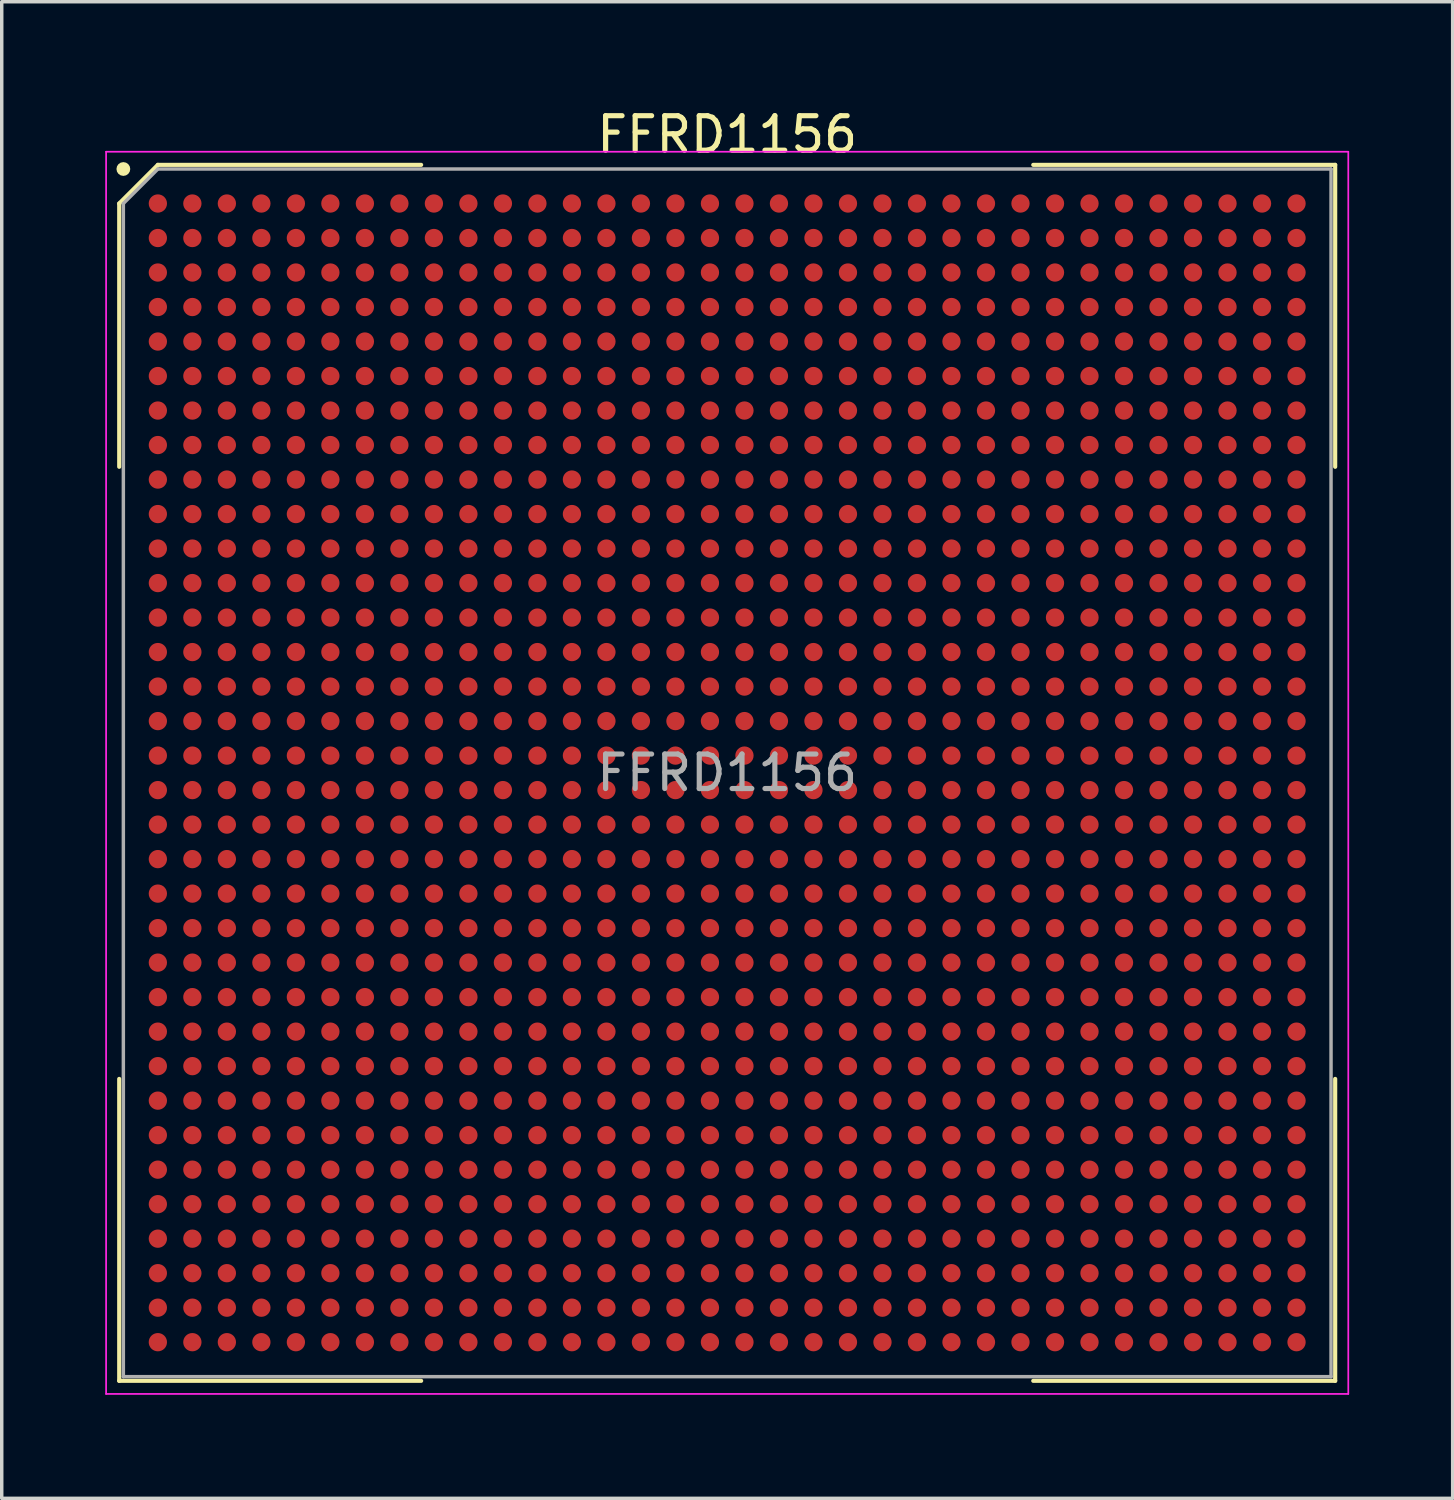
<source format=kicad_pcb>
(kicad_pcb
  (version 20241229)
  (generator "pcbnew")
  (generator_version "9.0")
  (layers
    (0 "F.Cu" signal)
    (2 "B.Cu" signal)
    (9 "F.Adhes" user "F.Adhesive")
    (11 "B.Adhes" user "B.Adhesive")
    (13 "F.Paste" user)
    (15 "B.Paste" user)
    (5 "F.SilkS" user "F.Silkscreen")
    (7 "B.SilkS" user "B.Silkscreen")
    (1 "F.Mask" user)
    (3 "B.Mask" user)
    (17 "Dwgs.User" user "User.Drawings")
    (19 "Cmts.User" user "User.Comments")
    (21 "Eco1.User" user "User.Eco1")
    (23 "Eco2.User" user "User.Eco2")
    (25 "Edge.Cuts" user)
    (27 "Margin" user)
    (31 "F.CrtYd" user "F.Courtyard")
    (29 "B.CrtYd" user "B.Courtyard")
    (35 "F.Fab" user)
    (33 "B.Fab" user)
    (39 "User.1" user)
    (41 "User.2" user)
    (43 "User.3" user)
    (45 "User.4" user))
  (footprint "FFRD1156"
    (layer "F.Cu")
    (at 18.025 19.348)
    (property "Reference" "FFRD1156" (at 0 -18.5 0) (layer "F.SilkS") (effects (font (size 1 1) (thickness 0.15))))
    (attr smd)
    (fp_line (start -17.62 -16.5) (end -17.62 -8.87) (stroke (width 0.12) (type default)) (layer "F.SilkS"))
    (fp_line (start -17.62 17.62) (end -17.62 8.87) (stroke (width 0.12) (type default)) (layer "F.SilkS"))
    (fp_line (start -16.5 -17.62) (end -17.62 -16.5) (stroke (width 0.12) (type default)) (layer "F.SilkS"))
    (fp_line (start -8.87 -17.62) (end -16.5 -17.62) (stroke (width 0.12) (type default)) (layer "F.SilkS"))
    (fp_line (start -8.87 17.62) (end -17.62 17.62) (stroke (width 0.12) (type default)) (layer "F.SilkS"))
    (fp_line (start 8.87 -17.62) (end 17.62 -17.62) (stroke (width 0.12) (type default)) (layer "F.SilkS"))
    (fp_line (start 8.87 17.62) (end 17.62 17.62) (stroke (width 0.12) (type default)) (layer "F.SilkS"))
    (fp_line (start 17.62 -17.62) (end 17.62 -8.87) (stroke (width 0.12) (type default)) (layer "F.SilkS"))
    (fp_line (start 17.62 17.62) (end 17.62 8.87) (stroke (width 0.12) (type default)) (layer "F.SilkS"))
    (fp_circle (center -17.5 -17.5) (end -17.5 -17.4) (stroke (width 0.2) (type default)) (fill no) (layer "F.SilkS"))
    (fp_line (start -18 -18) (end 18 -18) (stroke (width 0.05) (type default)) (layer "F.CrtYd"))
    (fp_line (start -18 18) (end -18 -18) (stroke (width 0.05) (type default)) (layer "F.CrtYd"))
    (fp_line (start 18 -18) (end 18 18) (stroke (width 0.05) (type default)) (layer "F.CrtYd"))
    (fp_line (start 18 18) (end -18 18) (stroke (width 0.05) (type default)) (layer "F.CrtYd"))
    (fp_line (start -17.5 -16.5) (end -17.5 17.5) (stroke (width 0.1) (type default)) (layer "F.Fab"))
    (fp_line (start -17.5 17.5) (end 17.5 17.5) (stroke (width 0.1) (type default)) (layer "F.Fab"))
    (fp_line (start -16.5 -17.5) (end -17.5 -16.5) (stroke (width 0.1) (type default)) (layer "F.Fab"))
    (fp_line (start 17.5 -17.5) (end -16.5 -17.5) (stroke (width 0.1) (type default)) (layer "F.Fab"))
    (fp_line (start 17.5 17.5) (end 17.5 -17.5) (stroke (width 0.1) (type default)) (layer "F.Fab"))
    (fp_text user "${REFERENCE}" (at 0 0 0) (layer "F.Fab") (effects (font (size 1 1) (thickness 0.15))))
    (pad "A1" smd circle (at -16.5 -16.5) (size 0.53 0.53) (layers "F.Cu" "F.Mask" "F.Paste"))
    (pad "A2" smd circle (at -15.5 -16.5) (size 0.53 0.53) (layers "F.Cu" "F.Mask" "F.Paste"))
    (pad "A3" smd circle (at -14.5 -16.5) (size 0.53 0.53) (layers "F.Cu" "F.Mask" "F.Paste"))
    (pad "A4" smd circle (at -13.5 -16.5) (size 0.53 0.53) (layers "F.Cu" "F.Mask" "F.Paste"))
    (pad "A5" smd circle (at -12.5 -16.5) (size 0.53 0.53) (layers "F.Cu" "F.Mask" "F.Paste"))
    (pad "A6" smd circle (at -11.5 -16.5) (size 0.53 0.53) (layers "F.Cu" "F.Mask" "F.Paste"))
    (pad "A7" smd circle (at -10.5 -16.5) (size 0.53 0.53) (layers "F.Cu" "F.Mask" "F.Paste"))
    (pad "A8" smd circle (at -9.5 -16.5) (size 0.53 0.53) (layers "F.Cu" "F.Mask" "F.Paste"))
    (pad "A9" smd circle (at -8.5 -16.5) (size 0.53 0.53) (layers "F.Cu" "F.Mask" "F.Paste"))
    (pad "A10" smd circle (at -7.5 -16.5) (size 0.53 0.53) (layers "F.Cu" "F.Mask" "F.Paste"))
    (pad "A11" smd circle (at -6.5 -16.5) (size 0.53 0.53) (layers "F.Cu" "F.Mask" "F.Paste"))
    (pad "A12" smd circle (at -5.5 -16.5) (size 0.53 0.53) (layers "F.Cu" "F.Mask" "F.Paste"))
    (pad "A13" smd circle (at -4.5 -16.5) (size 0.53 0.53) (layers "F.Cu" "F.Mask" "F.Paste"))
    (pad "A14" smd circle (at -3.5 -16.5) (size 0.53 0.53) (layers "F.Cu" "F.Mask" "F.Paste"))
    (pad "A15" smd circle (at -2.5 -16.5) (size 0.53 0.53) (layers "F.Cu" "F.Mask" "F.Paste"))
    (pad "A16" smd circle (at -1.5 -16.5) (size 0.53 0.53) (layers "F.Cu" "F.Mask" "F.Paste"))
    (pad "A17" smd circle (at -0.5 -16.5) (size 0.53 0.53) (layers "F.Cu" "F.Mask" "F.Paste"))
    (pad "A18" smd circle (at 0.5 -16.5) (size 0.53 0.53) (layers "F.Cu" "F.Mask" "F.Paste"))
    (pad "A19" smd circle (at 1.5 -16.5) (size 0.53 0.53) (layers "F.Cu" "F.Mask" "F.Paste"))
    (pad "A20" smd circle (at 2.5 -16.5) (size 0.53 0.53) (layers "F.Cu" "F.Mask" "F.Paste"))
    (pad "A21" smd circle (at 3.5 -16.5) (size 0.53 0.53) (layers "F.Cu" "F.Mask" "F.Paste"))
    (pad "A22" smd circle (at 4.5 -16.5) (size 0.53 0.53) (layers "F.Cu" "F.Mask" "F.Paste"))
    (pad "A23" smd circle (at 5.5 -16.5) (size 0.53 0.53) (layers "F.Cu" "F.Mask" "F.Paste"))
    (pad "A24" smd circle (at 6.5 -16.5) (size 0.53 0.53) (layers "F.Cu" "F.Mask" "F.Paste"))
    (pad "A25" smd circle (at 7.5 -16.5) (size 0.53 0.53) (layers "F.Cu" "F.Mask" "F.Paste"))
    (pad "A26" smd circle (at 8.5 -16.5) (size 0.53 0.53) (layers "F.Cu" "F.Mask" "F.Paste"))
    (pad "A27" smd circle (at 9.5 -16.5) (size 0.53 0.53) (layers "F.Cu" "F.Mask" "F.Paste"))
    (pad "A28" smd circle (at 10.5 -16.5) (size 0.53 0.53) (layers "F.Cu" "F.Mask" "F.Paste"))
    (pad "A29" smd circle (at 11.5 -16.5) (size 0.53 0.53) (layers "F.Cu" "F.Mask" "F.Paste"))
    (pad "A30" smd circle (at 12.5 -16.5) (size 0.53 0.53) (layers "F.Cu" "F.Mask" "F.Paste"))
    (pad "A31" smd circle (at 13.5 -16.5) (size 0.53 0.53) (layers "F.Cu" "F.Mask" "F.Paste"))
    (pad "A32" smd circle (at 14.5 -16.5) (size 0.53 0.53) (layers "F.Cu" "F.Mask" "F.Paste"))
    (pad "A33" smd circle (at 15.5 -16.5) (size 0.53 0.53) (layers "F.Cu" "F.Mask" "F.Paste"))
    (pad "A34" smd circle (at 16.5 -16.5) (size 0.53 0.53) (layers "F.Cu" "F.Mask" "F.Paste"))
    (pad "AA1" smd circle (at -16.5 3.5) (size 0.53 0.53) (layers "F.Cu" "F.Mask" "F.Paste"))
    (pad "AA2" smd circle (at -15.5 3.5) (size 0.53 0.53) (layers "F.Cu" "F.Mask" "F.Paste"))
    (pad "AA3" smd circle (at -14.5 3.5) (size 0.53 0.53) (layers "F.Cu" "F.Mask" "F.Paste"))
    (pad "AA4" smd circle (at -13.5 3.5) (size 0.53 0.53) (layers "F.Cu" "F.Mask" "F.Paste"))
    (pad "AA5" smd circle (at -12.5 3.5) (size 0.53 0.53) (layers "F.Cu" "F.Mask" "F.Paste"))
    (pad "AA6" smd circle (at -11.5 3.5) (size 0.53 0.53) (layers "F.Cu" "F.Mask" "F.Paste"))
    (pad "AA7" smd circle (at -10.5 3.5) (size 0.53 0.53) (layers "F.Cu" "F.Mask" "F.Paste"))
    (pad "AA8" smd circle (at -9.5 3.5) (size 0.53 0.53) (layers "F.Cu" "F.Mask" "F.Paste"))
    (pad "AA9" smd circle (at -8.5 3.5) (size 0.53 0.53) (layers "F.Cu" "F.Mask" "F.Paste"))
    (pad "AA10" smd circle (at -7.5 3.5) (size 0.53 0.53) (layers "F.Cu" "F.Mask" "F.Paste"))
    (pad "AA11" smd circle (at -6.5 3.5) (size 0.53 0.53) (layers "F.Cu" "F.Mask" "F.Paste"))
    (pad "AA12" smd circle (at -5.5 3.5) (size 0.53 0.53) (layers "F.Cu" "F.Mask" "F.Paste"))
    (pad "AA13" smd circle (at -4.5 3.5) (size 0.53 0.53) (layers "F.Cu" "F.Mask" "F.Paste"))
    (pad "AA14" smd circle (at -3.5 3.5) (size 0.53 0.53) (layers "F.Cu" "F.Mask" "F.Paste"))
    (pad "AA15" smd circle (at -2.5 3.5) (size 0.53 0.53) (layers "F.Cu" "F.Mask" "F.Paste"))
    (pad "AA16" smd circle (at -1.5 3.5) (size 0.53 0.53) (layers "F.Cu" "F.Mask" "F.Paste"))
    (pad "AA17" smd circle (at -0.5 3.5) (size 0.53 0.53) (layers "F.Cu" "F.Mask" "F.Paste"))
    (pad "AA18" smd circle (at 0.5 3.5) (size 0.53 0.53) (layers "F.Cu" "F.Mask" "F.Paste"))
    (pad "AA19" smd circle (at 1.5 3.5) (size 0.53 0.53) (layers "F.Cu" "F.Mask" "F.Paste"))
    (pad "AA20" smd circle (at 2.5 3.5) (size 0.53 0.53) (layers "F.Cu" "F.Mask" "F.Paste"))
    (pad "AA21" smd circle (at 3.5 3.5) (size 0.53 0.53) (layers "F.Cu" "F.Mask" "F.Paste"))
    (pad "AA22" smd circle (at 4.5 3.5) (size 0.53 0.53) (layers "F.Cu" "F.Mask" "F.Paste"))
    (pad "AA23" smd circle (at 5.5 3.5) (size 0.53 0.53) (layers "F.Cu" "F.Mask" "F.Paste"))
    (pad "AA24" smd circle (at 6.5 3.5) (size 0.53 0.53) (layers "F.Cu" "F.Mask" "F.Paste"))
    (pad "AA25" smd circle (at 7.5 3.5) (size 0.53 0.53) (layers "F.Cu" "F.Mask" "F.Paste"))
    (pad "AA26" smd circle (at 8.5 3.5) (size 0.53 0.53) (layers "F.Cu" "F.Mask" "F.Paste"))
    (pad "AA27" smd circle (at 9.5 3.5) (size 0.53 0.53) (layers "F.Cu" "F.Mask" "F.Paste"))
    (pad "AA28" smd circle (at 10.5 3.5) (size 0.53 0.53) (layers "F.Cu" "F.Mask" "F.Paste"))
    (pad "AA29" smd circle (at 11.5 3.5) (size 0.53 0.53) (layers "F.Cu" "F.Mask" "F.Paste"))
    (pad "AA30" smd circle (at 12.5 3.5) (size 0.53 0.53) (layers "F.Cu" "F.Mask" "F.Paste"))
    (pad "AA31" smd circle (at 13.5 3.5) (size 0.53 0.53) (layers "F.Cu" "F.Mask" "F.Paste"))
    (pad "AA32" smd circle (at 14.5 3.5) (size 0.53 0.53) (layers "F.Cu" "F.Mask" "F.Paste"))
    (pad "AA33" smd circle (at 15.5 3.5) (size 0.53 0.53) (layers "F.Cu" "F.Mask" "F.Paste"))
    (pad "AA34" smd circle (at 16.5 3.5) (size 0.53 0.53) (layers "F.Cu" "F.Mask" "F.Paste"))
    (pad "AB1" smd circle (at -16.5 4.5) (size 0.53 0.53) (layers "F.Cu" "F.Mask" "F.Paste"))
    (pad "AB2" smd circle (at -15.5 4.5) (size 0.53 0.53) (layers "F.Cu" "F.Mask" "F.Paste"))
    (pad "AB3" smd circle (at -14.5 4.5) (size 0.53 0.53) (layers "F.Cu" "F.Mask" "F.Paste"))
    (pad "AB4" smd circle (at -13.5 4.5) (size 0.53 0.53) (layers "F.Cu" "F.Mask" "F.Paste"))
    (pad "AB5" smd circle (at -12.5 4.5) (size 0.53 0.53) (layers "F.Cu" "F.Mask" "F.Paste"))
    (pad "AB6" smd circle (at -11.5 4.5) (size 0.53 0.53) (layers "F.Cu" "F.Mask" "F.Paste"))
    (pad "AB7" smd circle (at -10.5 4.5) (size 0.53 0.53) (layers "F.Cu" "F.Mask" "F.Paste"))
    (pad "AB8" smd circle (at -9.5 4.5) (size 0.53 0.53) (layers "F.Cu" "F.Mask" "F.Paste"))
    (pad "AB9" smd circle (at -8.5 4.5) (size 0.53 0.53) (layers "F.Cu" "F.Mask" "F.Paste"))
    (pad "AB10" smd circle (at -7.5 4.5) (size 0.53 0.53) (layers "F.Cu" "F.Mask" "F.Paste"))
    (pad "AB11" smd circle (at -6.5 4.5) (size 0.53 0.53) (layers "F.Cu" "F.Mask" "F.Paste"))
    (pad "AB12" smd circle (at -5.5 4.5) (size 0.53 0.53) (layers "F.Cu" "F.Mask" "F.Paste"))
    (pad "AB13" smd circle (at -4.5 4.5) (size 0.53 0.53) (layers "F.Cu" "F.Mask" "F.Paste"))
    (pad "AB14" smd circle (at -3.5 4.5) (size 0.53 0.53) (layers "F.Cu" "F.Mask" "F.Paste"))
    (pad "AB15" smd circle (at -2.5 4.5) (size 0.53 0.53) (layers "F.Cu" "F.Mask" "F.Paste"))
    (pad "AB16" smd circle (at -1.5 4.5) (size 0.53 0.53) (layers "F.Cu" "F.Mask" "F.Paste"))
    (pad "AB17" smd circle (at -0.5 4.5) (size 0.53 0.53) (layers "F.Cu" "F.Mask" "F.Paste"))
    (pad "AB18" smd circle (at 0.5 4.5) (size 0.53 0.53) (layers "F.Cu" "F.Mask" "F.Paste"))
    (pad "AB19" smd circle (at 1.5 4.5) (size 0.53 0.53) (layers "F.Cu" "F.Mask" "F.Paste"))
    (pad "AB20" smd circle (at 2.5 4.5) (size 0.53 0.53) (layers "F.Cu" "F.Mask" "F.Paste"))
    (pad "AB21" smd circle (at 3.5 4.5) (size 0.53 0.53) (layers "F.Cu" "F.Mask" "F.Paste"))
    (pad "AB22" smd circle (at 4.5 4.5) (size 0.53 0.53) (layers "F.Cu" "F.Mask" "F.Paste"))
    (pad "AB23" smd circle (at 5.5 4.5) (size 0.53 0.53) (layers "F.Cu" "F.Mask" "F.Paste"))
    (pad "AB24" smd circle (at 6.5 4.5) (size 0.53 0.53) (layers "F.Cu" "F.Mask" "F.Paste"))
    (pad "AB25" smd circle (at 7.5 4.5) (size 0.53 0.53) (layers "F.Cu" "F.Mask" "F.Paste"))
    (pad "AB26" smd circle (at 8.5 4.5) (size 0.53 0.53) (layers "F.Cu" "F.Mask" "F.Paste"))
    (pad "AB27" smd circle (at 9.5 4.5) (size 0.53 0.53) (layers "F.Cu" "F.Mask" "F.Paste"))
    (pad "AB28" smd circle (at 10.5 4.5) (size 0.53 0.53) (layers "F.Cu" "F.Mask" "F.Paste"))
    (pad "AB29" smd circle (at 11.5 4.5) (size 0.53 0.53) (layers "F.Cu" "F.Mask" "F.Paste"))
    (pad "AB30" smd circle (at 12.5 4.5) (size 0.53 0.53) (layers "F.Cu" "F.Mask" "F.Paste"))
    (pad "AB31" smd circle (at 13.5 4.5) (size 0.53 0.53) (layers "F.Cu" "F.Mask" "F.Paste"))
    (pad "AB32" smd circle (at 14.5 4.5) (size 0.53 0.53) (layers "F.Cu" "F.Mask" "F.Paste"))
    (pad "AB33" smd circle (at 15.5 4.5) (size 0.53 0.53) (layers "F.Cu" "F.Mask" "F.Paste"))
    (pad "AB34" smd circle (at 16.5 4.5) (size 0.53 0.53) (layers "F.Cu" "F.Mask" "F.Paste"))
    (pad "AC1" smd circle (at -16.5 5.5) (size 0.53 0.53) (layers "F.Cu" "F.Mask" "F.Paste"))
    (pad "AC2" smd circle (at -15.5 5.5) (size 0.53 0.53) (layers "F.Cu" "F.Mask" "F.Paste"))
    (pad "AC3" smd circle (at -14.5 5.5) (size 0.53 0.53) (layers "F.Cu" "F.Mask" "F.Paste"))
    (pad "AC4" smd circle (at -13.5 5.5) (size 0.53 0.53) (layers "F.Cu" "F.Mask" "F.Paste"))
    (pad "AC5" smd circle (at -12.5 5.5) (size 0.53 0.53) (layers "F.Cu" "F.Mask" "F.Paste"))
    (pad "AC6" smd circle (at -11.5 5.5) (size 0.53 0.53) (layers "F.Cu" "F.Mask" "F.Paste"))
    (pad "AC7" smd circle (at -10.5 5.5) (size 0.53 0.53) (layers "F.Cu" "F.Mask" "F.Paste"))
    (pad "AC8" smd circle (at -9.5 5.5) (size 0.53 0.53) (layers "F.Cu" "F.Mask" "F.Paste"))
    (pad "AC9" smd circle (at -8.5 5.5) (size 0.53 0.53) (layers "F.Cu" "F.Mask" "F.Paste"))
    (pad "AC10" smd circle (at -7.5 5.5) (size 0.53 0.53) (layers "F.Cu" "F.Mask" "F.Paste"))
    (pad "AC11" smd circle (at -6.5 5.5) (size 0.53 0.53) (layers "F.Cu" "F.Mask" "F.Paste"))
    (pad "AC12" smd circle (at -5.5 5.5) (size 0.53 0.53) (layers "F.Cu" "F.Mask" "F.Paste"))
    (pad "AC13" smd circle (at -4.5 5.5) (size 0.53 0.53) (layers "F.Cu" "F.Mask" "F.Paste"))
    (pad "AC14" smd circle (at -3.5 5.5) (size 0.53 0.53) (layers "F.Cu" "F.Mask" "F.Paste"))
    (pad "AC15" smd circle (at -2.5 5.5) (size 0.53 0.53) (layers "F.Cu" "F.Mask" "F.Paste"))
    (pad "AC16" smd circle (at -1.5 5.5) (size 0.53 0.53) (layers "F.Cu" "F.Mask" "F.Paste"))
    (pad "AC17" smd circle (at -0.5 5.5) (size 0.53 0.53) (layers "F.Cu" "F.Mask" "F.Paste"))
    (pad "AC18" smd circle (at 0.5 5.5) (size 0.53 0.53) (layers "F.Cu" "F.Mask" "F.Paste"))
    (pad "AC19" smd circle (at 1.5 5.5) (size 0.53 0.53) (layers "F.Cu" "F.Mask" "F.Paste"))
    (pad "AC20" smd circle (at 2.5 5.5) (size 0.53 0.53) (layers "F.Cu" "F.Mask" "F.Paste"))
    (pad "AC21" smd circle (at 3.5 5.5) (size 0.53 0.53) (layers "F.Cu" "F.Mask" "F.Paste"))
    (pad "AC22" smd circle (at 4.5 5.5) (size 0.53 0.53) (layers "F.Cu" "F.Mask" "F.Paste"))
    (pad "AC23" smd circle (at 5.5 5.5) (size 0.53 0.53) (layers "F.Cu" "F.Mask" "F.Paste"))
    (pad "AC24" smd circle (at 6.5 5.5) (size 0.53 0.53) (layers "F.Cu" "F.Mask" "F.Paste"))
    (pad "AC25" smd circle (at 7.5 5.5) (size 0.53 0.53) (layers "F.Cu" "F.Mask" "F.Paste"))
    (pad "AC26" smd circle (at 8.5 5.5) (size 0.53 0.53) (layers "F.Cu" "F.Mask" "F.Paste"))
    (pad "AC27" smd circle (at 9.5 5.5) (size 0.53 0.53) (layers "F.Cu" "F.Mask" "F.Paste"))
    (pad "AC28" smd circle (at 10.5 5.5) (size 0.53 0.53) (layers "F.Cu" "F.Mask" "F.Paste"))
    (pad "AC29" smd circle (at 11.5 5.5) (size 0.53 0.53) (layers "F.Cu" "F.Mask" "F.Paste"))
    (pad "AC30" smd circle (at 12.5 5.5) (size 0.53 0.53) (layers "F.Cu" "F.Mask" "F.Paste"))
    (pad "AC31" smd circle (at 13.5 5.5) (size 0.53 0.53) (layers "F.Cu" "F.Mask" "F.Paste"))
    (pad "AC32" smd circle (at 14.5 5.5) (size 0.53 0.53) (layers "F.Cu" "F.Mask" "F.Paste"))
    (pad "AC33" smd circle (at 15.5 5.5) (size 0.53 0.53) (layers "F.Cu" "F.Mask" "F.Paste"))
    (pad "AC34" smd circle (at 16.5 5.5) (size 0.53 0.53) (layers "F.Cu" "F.Mask" "F.Paste"))
    (pad "AD1" smd circle (at -16.5 6.5) (size 0.53 0.53) (layers "F.Cu" "F.Mask" "F.Paste"))
    (pad "AD2" smd circle (at -15.5 6.5) (size 0.53 0.53) (layers "F.Cu" "F.Mask" "F.Paste"))
    (pad "AD3" smd circle (at -14.5 6.5) (size 0.53 0.53) (layers "F.Cu" "F.Mask" "F.Paste"))
    (pad "AD4" smd circle (at -13.5 6.5) (size 0.53 0.53) (layers "F.Cu" "F.Mask" "F.Paste"))
    (pad "AD5" smd circle (at -12.5 6.5) (size 0.53 0.53) (layers "F.Cu" "F.Mask" "F.Paste"))
    (pad "AD6" smd circle (at -11.5 6.5) (size 0.53 0.53) (layers "F.Cu" "F.Mask" "F.Paste"))
    (pad "AD7" smd circle (at -10.5 6.5) (size 0.53 0.53) (layers "F.Cu" "F.Mask" "F.Paste"))
    (pad "AD8" smd circle (at -9.5 6.5) (size 0.53 0.53) (layers "F.Cu" "F.Mask" "F.Paste"))
    (pad "AD9" smd circle (at -8.5 6.5) (size 0.53 0.53) (layers "F.Cu" "F.Mask" "F.Paste"))
    (pad "AD10" smd circle (at -7.5 6.5) (size 0.53 0.53) (layers "F.Cu" "F.Mask" "F.Paste"))
    (pad "AD11" smd circle (at -6.5 6.5) (size 0.53 0.53) (layers "F.Cu" "F.Mask" "F.Paste"))
    (pad "AD12" smd circle (at -5.5 6.5) (size 0.53 0.53) (layers "F.Cu" "F.Mask" "F.Paste"))
    (pad "AD13" smd circle (at -4.5 6.5) (size 0.53 0.53) (layers "F.Cu" "F.Mask" "F.Paste"))
    (pad "AD14" smd circle (at -3.5 6.5) (size 0.53 0.53) (layers "F.Cu" "F.Mask" "F.Paste"))
    (pad "AD15" smd circle (at -2.5 6.5) (size 0.53 0.53) (layers "F.Cu" "F.Mask" "F.Paste"))
    (pad "AD16" smd circle (at -1.5 6.5) (size 0.53 0.53) (layers "F.Cu" "F.Mask" "F.Paste"))
    (pad "AD17" smd circle (at -0.5 6.5) (size 0.53 0.53) (layers "F.Cu" "F.Mask" "F.Paste"))
    (pad "AD18" smd circle (at 0.5 6.5) (size 0.53 0.53) (layers "F.Cu" "F.Mask" "F.Paste"))
    (pad "AD19" smd circle (at 1.5 6.5) (size 0.53 0.53) (layers "F.Cu" "F.Mask" "F.Paste"))
    (pad "AD20" smd circle (at 2.5 6.5) (size 0.53 0.53) (layers "F.Cu" "F.Mask" "F.Paste"))
    (pad "AD21" smd circle (at 3.5 6.5) (size 0.53 0.53) (layers "F.Cu" "F.Mask" "F.Paste"))
    (pad "AD22" smd circle (at 4.5 6.5) (size 0.53 0.53) (layers "F.Cu" "F.Mask" "F.Paste"))
    (pad "AD23" smd circle (at 5.5 6.5) (size 0.53 0.53) (layers "F.Cu" "F.Mask" "F.Paste"))
    (pad "AD24" smd circle (at 6.5 6.5) (size 0.53 0.53) (layers "F.Cu" "F.Mask" "F.Paste"))
    (pad "AD25" smd circle (at 7.5 6.5) (size 0.53 0.53) (layers "F.Cu" "F.Mask" "F.Paste"))
    (pad "AD26" smd circle (at 8.5 6.5) (size 0.53 0.53) (layers "F.Cu" "F.Mask" "F.Paste"))
    (pad "AD27" smd circle (at 9.5 6.5) (size 0.53 0.53) (layers "F.Cu" "F.Mask" "F.Paste"))
    (pad "AD28" smd circle (at 10.5 6.5) (size 0.53 0.53) (layers "F.Cu" "F.Mask" "F.Paste"))
    (pad "AD29" smd circle (at 11.5 6.5) (size 0.53 0.53) (layers "F.Cu" "F.Mask" "F.Paste"))
    (pad "AD30" smd circle (at 12.5 6.5) (size 0.53 0.53) (layers "F.Cu" "F.Mask" "F.Paste"))
    (pad "AD31" smd circle (at 13.5 6.5) (size 0.53 0.53) (layers "F.Cu" "F.Mask" "F.Paste"))
    (pad "AD32" smd circle (at 14.5 6.5) (size 0.53 0.53) (layers "F.Cu" "F.Mask" "F.Paste"))
    (pad "AD33" smd circle (at 15.5 6.5) (size 0.53 0.53) (layers "F.Cu" "F.Mask" "F.Paste"))
    (pad "AD34" smd circle (at 16.5 6.5) (size 0.53 0.53) (layers "F.Cu" "F.Mask" "F.Paste"))
    (pad "AE1" smd circle (at -16.5 7.5) (size 0.53 0.53) (layers "F.Cu" "F.Mask" "F.Paste"))
    (pad "AE2" smd circle (at -15.5 7.5) (size 0.53 0.53) (layers "F.Cu" "F.Mask" "F.Paste"))
    (pad "AE3" smd circle (at -14.5 7.5) (size 0.53 0.53) (layers "F.Cu" "F.Mask" "F.Paste"))
    (pad "AE4" smd circle (at -13.5 7.5) (size 0.53 0.53) (layers "F.Cu" "F.Mask" "F.Paste"))
    (pad "AE5" smd circle (at -12.5 7.5) (size 0.53 0.53) (layers "F.Cu" "F.Mask" "F.Paste"))
    (pad "AE6" smd circle (at -11.5 7.5) (size 0.53 0.53) (layers "F.Cu" "F.Mask" "F.Paste"))
    (pad "AE7" smd circle (at -10.5 7.5) (size 0.53 0.53) (layers "F.Cu" "F.Mask" "F.Paste"))
    (pad "AE8" smd circle (at -9.5 7.5) (size 0.53 0.53) (layers "F.Cu" "F.Mask" "F.Paste"))
    (pad "AE9" smd circle (at -8.5 7.5) (size 0.53 0.53) (layers "F.Cu" "F.Mask" "F.Paste"))
    (pad "AE10" smd circle (at -7.5 7.5) (size 0.53 0.53) (layers "F.Cu" "F.Mask" "F.Paste"))
    (pad "AE11" smd circle (at -6.5 7.5) (size 0.53 0.53) (layers "F.Cu" "F.Mask" "F.Paste"))
    (pad "AE12" smd circle (at -5.5 7.5) (size 0.53 0.53) (layers "F.Cu" "F.Mask" "F.Paste"))
    (pad "AE13" smd circle (at -4.5 7.5) (size 0.53 0.53) (layers "F.Cu" "F.Mask" "F.Paste"))
    (pad "AE14" smd circle (at -3.5 7.5) (size 0.53 0.53) (layers "F.Cu" "F.Mask" "F.Paste"))
    (pad "AE15" smd circle (at -2.5 7.5) (size 0.53 0.53) (layers "F.Cu" "F.Mask" "F.Paste"))
    (pad "AE16" smd circle (at -1.5 7.5) (size 0.53 0.53) (layers "F.Cu" "F.Mask" "F.Paste"))
    (pad "AE17" smd circle (at -0.5 7.5) (size 0.53 0.53) (layers "F.Cu" "F.Mask" "F.Paste"))
    (pad "AE18" smd circle (at 0.5 7.5) (size 0.53 0.53) (layers "F.Cu" "F.Mask" "F.Paste"))
    (pad "AE19" smd circle (at 1.5 7.5) (size 0.53 0.53) (layers "F.Cu" "F.Mask" "F.Paste"))
    (pad "AE20" smd circle (at 2.5 7.5) (size 0.53 0.53) (layers "F.Cu" "F.Mask" "F.Paste"))
    (pad "AE21" smd circle (at 3.5 7.5) (size 0.53 0.53) (layers "F.Cu" "F.Mask" "F.Paste"))
    (pad "AE22" smd circle (at 4.5 7.5) (size 0.53 0.53) (layers "F.Cu" "F.Mask" "F.Paste"))
    (pad "AE23" smd circle (at 5.5 7.5) (size 0.53 0.53) (layers "F.Cu" "F.Mask" "F.Paste"))
    (pad "AE24" smd circle (at 6.5 7.5) (size 0.53 0.53) (layers "F.Cu" "F.Mask" "F.Paste"))
    (pad "AE25" smd circle (at 7.5 7.5) (size 0.53 0.53) (layers "F.Cu" "F.Mask" "F.Paste"))
    (pad "AE26" smd circle (at 8.5 7.5) (size 0.53 0.53) (layers "F.Cu" "F.Mask" "F.Paste"))
    (pad "AE27" smd circle (at 9.5 7.5) (size 0.53 0.53) (layers "F.Cu" "F.Mask" "F.Paste"))
    (pad "AE28" smd circle (at 10.5 7.5) (size 0.53 0.53) (layers "F.Cu" "F.Mask" "F.Paste"))
    (pad "AE29" smd circle (at 11.5 7.5) (size 0.53 0.53) (layers "F.Cu" "F.Mask" "F.Paste"))
    (pad "AE30" smd circle (at 12.5 7.5) (size 0.53 0.53) (layers "F.Cu" "F.Mask" "F.Paste"))
    (pad "AE31" smd circle (at 13.5 7.5) (size 0.53 0.53) (layers "F.Cu" "F.Mask" "F.Paste"))
    (pad "AE32" smd circle (at 14.5 7.5) (size 0.53 0.53) (layers "F.Cu" "F.Mask" "F.Paste"))
    (pad "AE33" smd circle (at 15.5 7.5) (size 0.53 0.53) (layers "F.Cu" "F.Mask" "F.Paste"))
    (pad "AE34" smd circle (at 16.5 7.5) (size 0.53 0.53) (layers "F.Cu" "F.Mask" "F.Paste"))
    (pad "AF1" smd circle (at -16.5 8.5) (size 0.53 0.53) (layers "F.Cu" "F.Mask" "F.Paste"))
    (pad "AF2" smd circle (at -15.5 8.5) (size 0.53 0.53) (layers "F.Cu" "F.Mask" "F.Paste"))
    (pad "AF3" smd circle (at -14.5 8.5) (size 0.53 0.53) (layers "F.Cu" "F.Mask" "F.Paste"))
    (pad "AF4" smd circle (at -13.5 8.5) (size 0.53 0.53) (layers "F.Cu" "F.Mask" "F.Paste"))
    (pad "AF5" smd circle (at -12.5 8.5) (size 0.53 0.53) (layers "F.Cu" "F.Mask" "F.Paste"))
    (pad "AF6" smd circle (at -11.5 8.5) (size 0.53 0.53) (layers "F.Cu" "F.Mask" "F.Paste"))
    (pad "AF7" smd circle (at -10.5 8.5) (size 0.53 0.53) (layers "F.Cu" "F.Mask" "F.Paste"))
    (pad "AF8" smd circle (at -9.5 8.5) (size 0.53 0.53) (layers "F.Cu" "F.Mask" "F.Paste"))
    (pad "AF9" smd circle (at -8.5 8.5) (size 0.53 0.53) (layers "F.Cu" "F.Mask" "F.Paste"))
    (pad "AF10" smd circle (at -7.5 8.5) (size 0.53 0.53) (layers "F.Cu" "F.Mask" "F.Paste"))
    (pad "AF11" smd circle (at -6.5 8.5) (size 0.53 0.53) (layers "F.Cu" "F.Mask" "F.Paste"))
    (pad "AF12" smd circle (at -5.5 8.5) (size 0.53 0.53) (layers "F.Cu" "F.Mask" "F.Paste"))
    (pad "AF13" smd circle (at -4.5 8.5) (size 0.53 0.53) (layers "F.Cu" "F.Mask" "F.Paste"))
    (pad "AF14" smd circle (at -3.5 8.5) (size 0.53 0.53) (layers "F.Cu" "F.Mask" "F.Paste"))
    (pad "AF15" smd circle (at -2.5 8.5) (size 0.53 0.53) (layers "F.Cu" "F.Mask" "F.Paste"))
    (pad "AF16" smd circle (at -1.5 8.5) (size 0.53 0.53) (layers "F.Cu" "F.Mask" "F.Paste"))
    (pad "AF17" smd circle (at -0.5 8.5) (size 0.53 0.53) (layers "F.Cu" "F.Mask" "F.Paste"))
    (pad "AF18" smd circle (at 0.5 8.5) (size 0.53 0.53) (layers "F.Cu" "F.Mask" "F.Paste"))
    (pad "AF19" smd circle (at 1.5 8.5) (size 0.53 0.53) (layers "F.Cu" "F.Mask" "F.Paste"))
    (pad "AF20" smd circle (at 2.5 8.5) (size 0.53 0.53) (layers "F.Cu" "F.Mask" "F.Paste"))
    (pad "AF21" smd circle (at 3.5 8.5) (size 0.53 0.53) (layers "F.Cu" "F.Mask" "F.Paste"))
    (pad "AF22" smd circle (at 4.5 8.5) (size 0.53 0.53) (layers "F.Cu" "F.Mask" "F.Paste"))
    (pad "AF23" smd circle (at 5.5 8.5) (size 0.53 0.53) (layers "F.Cu" "F.Mask" "F.Paste"))
    (pad "AF24" smd circle (at 6.5 8.5) (size 0.53 0.53) (layers "F.Cu" "F.Mask" "F.Paste"))
    (pad "AF25" smd circle (at 7.5 8.5) (size 0.53 0.53) (layers "F.Cu" "F.Mask" "F.Paste"))
    (pad "AF26" smd circle (at 8.5 8.5) (size 0.53 0.53) (layers "F.Cu" "F.Mask" "F.Paste"))
    (pad "AF27" smd circle (at 9.5 8.5) (size 0.53 0.53) (layers "F.Cu" "F.Mask" "F.Paste"))
    (pad "AF28" smd circle (at 10.5 8.5) (size 0.53 0.53) (layers "F.Cu" "F.Mask" "F.Paste"))
    (pad "AF29" smd circle (at 11.5 8.5) (size 0.53 0.53) (layers "F.Cu" "F.Mask" "F.Paste"))
    (pad "AF30" smd circle (at 12.5 8.5) (size 0.53 0.53) (layers "F.Cu" "F.Mask" "F.Paste"))
    (pad "AF31" smd circle (at 13.5 8.5) (size 0.53 0.53) (layers "F.Cu" "F.Mask" "F.Paste"))
    (pad "AF32" smd circle (at 14.5 8.5) (size 0.53 0.53) (layers "F.Cu" "F.Mask" "F.Paste"))
    (pad "AF33" smd circle (at 15.5 8.5) (size 0.53 0.53) (layers "F.Cu" "F.Mask" "F.Paste"))
    (pad "AF34" smd circle (at 16.5 8.5) (size 0.53 0.53) (layers "F.Cu" "F.Mask" "F.Paste"))
    (pad "AG1" smd circle (at -16.5 9.5) (size 0.53 0.53) (layers "F.Cu" "F.Mask" "F.Paste"))
    (pad "AG2" smd circle (at -15.5 9.5) (size 0.53 0.53) (layers "F.Cu" "F.Mask" "F.Paste"))
    (pad "AG3" smd circle (at -14.5 9.5) (size 0.53 0.53) (layers "F.Cu" "F.Mask" "F.Paste"))
    (pad "AG4" smd circle (at -13.5 9.5) (size 0.53 0.53) (layers "F.Cu" "F.Mask" "F.Paste"))
    (pad "AG5" smd circle (at -12.5 9.5) (size 0.53 0.53) (layers "F.Cu" "F.Mask" "F.Paste"))
    (pad "AG6" smd circle (at -11.5 9.5) (size 0.53 0.53) (layers "F.Cu" "F.Mask" "F.Paste"))
    (pad "AG7" smd circle (at -10.5 9.5) (size 0.53 0.53) (layers "F.Cu" "F.Mask" "F.Paste"))
    (pad "AG8" smd circle (at -9.5 9.5) (size 0.53 0.53) (layers "F.Cu" "F.Mask" "F.Paste"))
    (pad "AG9" smd circle (at -8.5 9.5) (size 0.53 0.53) (layers "F.Cu" "F.Mask" "F.Paste"))
    (pad "AG10" smd circle (at -7.5 9.5) (size 0.53 0.53) (layers "F.Cu" "F.Mask" "F.Paste"))
    (pad "AG11" smd circle (at -6.5 9.5) (size 0.53 0.53) (layers "F.Cu" "F.Mask" "F.Paste"))
    (pad "AG12" smd circle (at -5.5 9.5) (size 0.53 0.53) (layers "F.Cu" "F.Mask" "F.Paste"))
    (pad "AG13" smd circle (at -4.5 9.5) (size 0.53 0.53) (layers "F.Cu" "F.Mask" "F.Paste"))
    (pad "AG14" smd circle (at -3.5 9.5) (size 0.53 0.53) (layers "F.Cu" "F.Mask" "F.Paste"))
    (pad "AG15" smd circle (at -2.5 9.5) (size 0.53 0.53) (layers "F.Cu" "F.Mask" "F.Paste"))
    (pad "AG16" smd circle (at -1.5 9.5) (size 0.53 0.53) (layers "F.Cu" "F.Mask" "F.Paste"))
    (pad "AG17" smd circle (at -0.5 9.5) (size 0.53 0.53) (layers "F.Cu" "F.Mask" "F.Paste"))
    (pad "AG18" smd circle (at 0.5 9.5) (size 0.53 0.53) (layers "F.Cu" "F.Mask" "F.Paste"))
    (pad "AG19" smd circle (at 1.5 9.5) (size 0.53 0.53) (layers "F.Cu" "F.Mask" "F.Paste"))
    (pad "AG20" smd circle (at 2.5 9.5) (size 0.53 0.53) (layers "F.Cu" "F.Mask" "F.Paste"))
    (pad "AG21" smd circle (at 3.5 9.5) (size 0.53 0.53) (layers "F.Cu" "F.Mask" "F.Paste"))
    (pad "AG22" smd circle (at 4.5 9.5) (size 0.53 0.53) (layers "F.Cu" "F.Mask" "F.Paste"))
    (pad "AG23" smd circle (at 5.5 9.5) (size 0.53 0.53) (layers "F.Cu" "F.Mask" "F.Paste"))
    (pad "AG24" smd circle (at 6.5 9.5) (size 0.53 0.53) (layers "F.Cu" "F.Mask" "F.Paste"))
    (pad "AG25" smd circle (at 7.5 9.5) (size 0.53 0.53) (layers "F.Cu" "F.Mask" "F.Paste"))
    (pad "AG26" smd circle (at 8.5 9.5) (size 0.53 0.53) (layers "F.Cu" "F.Mask" "F.Paste"))
    (pad "AG27" smd circle (at 9.5 9.5) (size 0.53 0.53) (layers "F.Cu" "F.Mask" "F.Paste"))
    (pad "AG28" smd circle (at 10.5 9.5) (size 0.53 0.53) (layers "F.Cu" "F.Mask" "F.Paste"))
    (pad "AG29" smd circle (at 11.5 9.5) (size 0.53 0.53) (layers "F.Cu" "F.Mask" "F.Paste"))
    (pad "AG30" smd circle (at 12.5 9.5) (size 0.53 0.53) (layers "F.Cu" "F.Mask" "F.Paste"))
    (pad "AG31" smd circle (at 13.5 9.5) (size 0.53 0.53) (layers "F.Cu" "F.Mask" "F.Paste"))
    (pad "AG32" smd circle (at 14.5 9.5) (size 0.53 0.53) (layers "F.Cu" "F.Mask" "F.Paste"))
    (pad "AG33" smd circle (at 15.5 9.5) (size 0.53 0.53) (layers "F.Cu" "F.Mask" "F.Paste"))
    (pad "AG34" smd circle (at 16.5 9.5) (size 0.53 0.53) (layers "F.Cu" "F.Mask" "F.Paste"))
    (pad "AH1" smd circle (at -16.5 10.5) (size 0.53 0.53) (layers "F.Cu" "F.Mask" "F.Paste"))
    (pad "AH2" smd circle (at -15.5 10.5) (size 0.53 0.53) (layers "F.Cu" "F.Mask" "F.Paste"))
    (pad "AH3" smd circle (at -14.5 10.5) (size 0.53 0.53) (layers "F.Cu" "F.Mask" "F.Paste"))
    (pad "AH4" smd circle (at -13.5 10.5) (size 0.53 0.53) (layers "F.Cu" "F.Mask" "F.Paste"))
    (pad "AH5" smd circle (at -12.5 10.5) (size 0.53 0.53) (layers "F.Cu" "F.Mask" "F.Paste"))
    (pad "AH6" smd circle (at -11.5 10.5) (size 0.53 0.53) (layers "F.Cu" "F.Mask" "F.Paste"))
    (pad "AH7" smd circle (at -10.5 10.5) (size 0.53 0.53) (layers "F.Cu" "F.Mask" "F.Paste"))
    (pad "AH8" smd circle (at -9.5 10.5) (size 0.53 0.53) (layers "F.Cu" "F.Mask" "F.Paste"))
    (pad "AH9" smd circle (at -8.5 10.5) (size 0.53 0.53) (layers "F.Cu" "F.Mask" "F.Paste"))
    (pad "AH10" smd circle (at -7.5 10.5) (size 0.53 0.53) (layers "F.Cu" "F.Mask" "F.Paste"))
    (pad "AH11" smd circle (at -6.5 10.5) (size 0.53 0.53) (layers "F.Cu" "F.Mask" "F.Paste"))
    (pad "AH12" smd circle (at -5.5 10.5) (size 0.53 0.53) (layers "F.Cu" "F.Mask" "F.Paste"))
    (pad "AH13" smd circle (at -4.5 10.5) (size 0.53 0.53) (layers "F.Cu" "F.Mask" "F.Paste"))
    (pad "AH14" smd circle (at -3.5 10.5) (size 0.53 0.53) (layers "F.Cu" "F.Mask" "F.Paste"))
    (pad "AH15" smd circle (at -2.5 10.5) (size 0.53 0.53) (layers "F.Cu" "F.Mask" "F.Paste"))
    (pad "AH16" smd circle (at -1.5 10.5) (size 0.53 0.53) (layers "F.Cu" "F.Mask" "F.Paste"))
    (pad "AH17" smd circle (at -0.5 10.5) (size 0.53 0.53) (layers "F.Cu" "F.Mask" "F.Paste"))
    (pad "AH18" smd circle (at 0.5 10.5) (size 0.53 0.53) (layers "F.Cu" "F.Mask" "F.Paste"))
    (pad "AH19" smd circle (at 1.5 10.5) (size 0.53 0.53) (layers "F.Cu" "F.Mask" "F.Paste"))
    (pad "AH20" smd circle (at 2.5 10.5) (size 0.53 0.53) (layers "F.Cu" "F.Mask" "F.Paste"))
    (pad "AH21" smd circle (at 3.5 10.5) (size 0.53 0.53) (layers "F.Cu" "F.Mask" "F.Paste"))
    (pad "AH22" smd circle (at 4.5 10.5) (size 0.53 0.53) (layers "F.Cu" "F.Mask" "F.Paste"))
    (pad "AH23" smd circle (at 5.5 10.5) (size 0.53 0.53) (layers "F.Cu" "F.Mask" "F.Paste"))
    (pad "AH24" smd circle (at 6.5 10.5) (size 0.53 0.53) (layers "F.Cu" "F.Mask" "F.Paste"))
    (pad "AH25" smd circle (at 7.5 10.5) (size 0.53 0.53) (layers "F.Cu" "F.Mask" "F.Paste"))
    (pad "AH26" smd circle (at 8.5 10.5) (size 0.53 0.53) (layers "F.Cu" "F.Mask" "F.Paste"))
    (pad "AH27" smd circle (at 9.5 10.5) (size 0.53 0.53) (layers "F.Cu" "F.Mask" "F.Paste"))
    (pad "AH28" smd circle (at 10.5 10.5) (size 0.53 0.53) (layers "F.Cu" "F.Mask" "F.Paste"))
    (pad "AH29" smd circle (at 11.5 10.5) (size 0.53 0.53) (layers "F.Cu" "F.Mask" "F.Paste"))
    (pad "AH30" smd circle (at 12.5 10.5) (size 0.53 0.53) (layers "F.Cu" "F.Mask" "F.Paste"))
    (pad "AH31" smd circle (at 13.5 10.5) (size 0.53 0.53) (layers "F.Cu" "F.Mask" "F.Paste"))
    (pad "AH32" smd circle (at 14.5 10.5) (size 0.53 0.53) (layers "F.Cu" "F.Mask" "F.Paste"))
    (pad "AH33" smd circle (at 15.5 10.5) (size 0.53 0.53) (layers "F.Cu" "F.Mask" "F.Paste"))
    (pad "AH34" smd circle (at 16.5 10.5) (size 0.53 0.53) (layers "F.Cu" "F.Mask" "F.Paste"))
    (pad "AJ1" smd circle (at -16.5 11.5) (size 0.53 0.53) (layers "F.Cu" "F.Mask" "F.Paste"))
    (pad "AJ2" smd circle (at -15.5 11.5) (size 0.53 0.53) (layers "F.Cu" "F.Mask" "F.Paste"))
    (pad "AJ3" smd circle (at -14.5 11.5) (size 0.53 0.53) (layers "F.Cu" "F.Mask" "F.Paste"))
    (pad "AJ4" smd circle (at -13.5 11.5) (size 0.53 0.53) (layers "F.Cu" "F.Mask" "F.Paste"))
    (pad "AJ5" smd circle (at -12.5 11.5) (size 0.53 0.53) (layers "F.Cu" "F.Mask" "F.Paste"))
    (pad "AJ6" smd circle (at -11.5 11.5) (size 0.53 0.53) (layers "F.Cu" "F.Mask" "F.Paste"))
    (pad "AJ7" smd circle (at -10.5 11.5) (size 0.53 0.53) (layers "F.Cu" "F.Mask" "F.Paste"))
    (pad "AJ8" smd circle (at -9.5 11.5) (size 0.53 0.53) (layers "F.Cu" "F.Mask" "F.Paste"))
    (pad "AJ9" smd circle (at -8.5 11.5) (size 0.53 0.53) (layers "F.Cu" "F.Mask" "F.Paste"))
    (pad "AJ10" smd circle (at -7.5 11.5) (size 0.53 0.53) (layers "F.Cu" "F.Mask" "F.Paste"))
    (pad "AJ11" smd circle (at -6.5 11.5) (size 0.53 0.53) (layers "F.Cu" "F.Mask" "F.Paste"))
    (pad "AJ12" smd circle (at -5.5 11.5) (size 0.53 0.53) (layers "F.Cu" "F.Mask" "F.Paste"))
    (pad "AJ13" smd circle (at -4.5 11.5) (size 0.53 0.53) (layers "F.Cu" "F.Mask" "F.Paste"))
    (pad "AJ14" smd circle (at -3.5 11.5) (size 0.53 0.53) (layers "F.Cu" "F.Mask" "F.Paste"))
    (pad "AJ15" smd circle (at -2.5 11.5) (size 0.53 0.53) (layers "F.Cu" "F.Mask" "F.Paste"))
    (pad "AJ16" smd circle (at -1.5 11.5) (size 0.53 0.53) (layers "F.Cu" "F.Mask" "F.Paste"))
    (pad "AJ17" smd circle (at -0.5 11.5) (size 0.53 0.53) (layers "F.Cu" "F.Mask" "F.Paste"))
    (pad "AJ18" smd circle (at 0.5 11.5) (size 0.53 0.53) (layers "F.Cu" "F.Mask" "F.Paste"))
    (pad "AJ19" smd circle (at 1.5 11.5) (size 0.53 0.53) (layers "F.Cu" "F.Mask" "F.Paste"))
    (pad "AJ20" smd circle (at 2.5 11.5) (size 0.53 0.53) (layers "F.Cu" "F.Mask" "F.Paste"))
    (pad "AJ21" smd circle (at 3.5 11.5) (size 0.53 0.53) (layers "F.Cu" "F.Mask" "F.Paste"))
    (pad "AJ22" smd circle (at 4.5 11.5) (size 0.53 0.53) (layers "F.Cu" "F.Mask" "F.Paste"))
    (pad "AJ23" smd circle (at 5.5 11.5) (size 0.53 0.53) (layers "F.Cu" "F.Mask" "F.Paste"))
    (pad "AJ24" smd circle (at 6.5 11.5) (size 0.53 0.53) (layers "F.Cu" "F.Mask" "F.Paste"))
    (pad "AJ25" smd circle (at 7.5 11.5) (size 0.53 0.53) (layers "F.Cu" "F.Mask" "F.Paste"))
    (pad "AJ26" smd circle (at 8.5 11.5) (size 0.53 0.53) (layers "F.Cu" "F.Mask" "F.Paste"))
    (pad "AJ27" smd circle (at 9.5 11.5) (size 0.53 0.53) (layers "F.Cu" "F.Mask" "F.Paste"))
    (pad "AJ28" smd circle (at 10.5 11.5) (size 0.53 0.53) (layers "F.Cu" "F.Mask" "F.Paste"))
    (pad "AJ29" smd circle (at 11.5 11.5) (size 0.53 0.53) (layers "F.Cu" "F.Mask" "F.Paste"))
    (pad "AJ30" smd circle (at 12.5 11.5) (size 0.53 0.53) (layers "F.Cu" "F.Mask" "F.Paste"))
    (pad "AJ31" smd circle (at 13.5 11.5) (size 0.53 0.53) (layers "F.Cu" "F.Mask" "F.Paste"))
    (pad "AJ32" smd circle (at 14.5 11.5) (size 0.53 0.53) (layers "F.Cu" "F.Mask" "F.Paste"))
    (pad "AJ33" smd circle (at 15.5 11.5) (size 0.53 0.53) (layers "F.Cu" "F.Mask" "F.Paste"))
    (pad "AJ34" smd circle (at 16.5 11.5) (size 0.53 0.53) (layers "F.Cu" "F.Mask" "F.Paste"))
    (pad "AK1" smd circle (at -16.5 12.5) (size 0.53 0.53) (layers "F.Cu" "F.Mask" "F.Paste"))
    (pad "AK2" smd circle (at -15.5 12.5) (size 0.53 0.53) (layers "F.Cu" "F.Mask" "F.Paste"))
    (pad "AK3" smd circle (at -14.5 12.5) (size 0.53 0.53) (layers "F.Cu" "F.Mask" "F.Paste"))
    (pad "AK4" smd circle (at -13.5 12.5) (size 0.53 0.53) (layers "F.Cu" "F.Mask" "F.Paste"))
    (pad "AK5" smd circle (at -12.5 12.5) (size 0.53 0.53) (layers "F.Cu" "F.Mask" "F.Paste"))
    (pad "AK6" smd circle (at -11.5 12.5) (size 0.53 0.53) (layers "F.Cu" "F.Mask" "F.Paste"))
    (pad "AK7" smd circle (at -10.5 12.5) (size 0.53 0.53) (layers "F.Cu" "F.Mask" "F.Paste"))
    (pad "AK8" smd circle (at -9.5 12.5) (size 0.53 0.53) (layers "F.Cu" "F.Mask" "F.Paste"))
    (pad "AK9" smd circle (at -8.5 12.5) (size 0.53 0.53) (layers "F.Cu" "F.Mask" "F.Paste"))
    (pad "AK10" smd circle (at -7.5 12.5) (size 0.53 0.53) (layers "F.Cu" "F.Mask" "F.Paste"))
    (pad "AK11" smd circle (at -6.5 12.5) (size 0.53 0.53) (layers "F.Cu" "F.Mask" "F.Paste"))
    (pad "AK12" smd circle (at -5.5 12.5) (size 0.53 0.53) (layers "F.Cu" "F.Mask" "F.Paste"))
    (pad "AK13" smd circle (at -4.5 12.5) (size 0.53 0.53) (layers "F.Cu" "F.Mask" "F.Paste"))
    (pad "AK14" smd circle (at -3.5 12.5) (size 0.53 0.53) (layers "F.Cu" "F.Mask" "F.Paste"))
    (pad "AK15" smd circle (at -2.5 12.5) (size 0.53 0.53) (layers "F.Cu" "F.Mask" "F.Paste"))
    (pad "AK16" smd circle (at -1.5 12.5) (size 0.53 0.53) (layers "F.Cu" "F.Mask" "F.Paste"))
    (pad "AK17" smd circle (at -0.5 12.5) (size 0.53 0.53) (layers "F.Cu" "F.Mask" "F.Paste"))
    (pad "AK18" smd circle (at 0.5 12.5) (size 0.53 0.53) (layers "F.Cu" "F.Mask" "F.Paste"))
    (pad "AK19" smd circle (at 1.5 12.5) (size 0.53 0.53) (layers "F.Cu" "F.Mask" "F.Paste"))
    (pad "AK20" smd circle (at 2.5 12.5) (size 0.53 0.53) (layers "F.Cu" "F.Mask" "F.Paste"))
    (pad "AK21" smd circle (at 3.5 12.5) (size 0.53 0.53) (layers "F.Cu" "F.Mask" "F.Paste"))
    (pad "AK22" smd circle (at 4.5 12.5) (size 0.53 0.53) (layers "F.Cu" "F.Mask" "F.Paste"))
    (pad "AK23" smd circle (at 5.5 12.5) (size 0.53 0.53) (layers "F.Cu" "F.Mask" "F.Paste"))
    (pad "AK24" smd circle (at 6.5 12.5) (size 0.53 0.53) (layers "F.Cu" "F.Mask" "F.Paste"))
    (pad "AK25" smd circle (at 7.5 12.5) (size 0.53 0.53) (layers "F.Cu" "F.Mask" "F.Paste"))
    (pad "AK26" smd circle (at 8.5 12.5) (size 0.53 0.53) (layers "F.Cu" "F.Mask" "F.Paste"))
    (pad "AK27" smd circle (at 9.5 12.5) (size 0.53 0.53) (layers "F.Cu" "F.Mask" "F.Paste"))
    (pad "AK28" smd circle (at 10.5 12.5) (size 0.53 0.53) (layers "F.Cu" "F.Mask" "F.Paste"))
    (pad "AK29" smd circle (at 11.5 12.5) (size 0.53 0.53) (layers "F.Cu" "F.Mask" "F.Paste"))
    (pad "AK30" smd circle (at 12.5 12.5) (size 0.53 0.53) (layers "F.Cu" "F.Mask" "F.Paste"))
    (pad "AK31" smd circle (at 13.5 12.5) (size 0.53 0.53) (layers "F.Cu" "F.Mask" "F.Paste"))
    (pad "AK32" smd circle (at 14.5 12.5) (size 0.53 0.53) (layers "F.Cu" "F.Mask" "F.Paste"))
    (pad "AK33" smd circle (at 15.5 12.5) (size 0.53 0.53) (layers "F.Cu" "F.Mask" "F.Paste"))
    (pad "AK34" smd circle (at 16.5 12.5) (size 0.53 0.53) (layers "F.Cu" "F.Mask" "F.Paste"))
    (pad "AL1" smd circle (at -16.5 13.5) (size 0.53 0.53) (layers "F.Cu" "F.Mask" "F.Paste"))
    (pad "AL2" smd circle (at -15.5 13.5) (size 0.53 0.53) (layers "F.Cu" "F.Mask" "F.Paste"))
    (pad "AL3" smd circle (at -14.5 13.5) (size 0.53 0.53) (layers "F.Cu" "F.Mask" "F.Paste"))
    (pad "AL4" smd circle (at -13.5 13.5) (size 0.53 0.53) (layers "F.Cu" "F.Mask" "F.Paste"))
    (pad "AL5" smd circle (at -12.5 13.5) (size 0.53 0.53) (layers "F.Cu" "F.Mask" "F.Paste"))
    (pad "AL6" smd circle (at -11.5 13.5) (size 0.53 0.53) (layers "F.Cu" "F.Mask" "F.Paste"))
    (pad "AL7" smd circle (at -10.5 13.5) (size 0.53 0.53) (layers "F.Cu" "F.Mask" "F.Paste"))
    (pad "AL8" smd circle (at -9.5 13.5) (size 0.53 0.53) (layers "F.Cu" "F.Mask" "F.Paste"))
    (pad "AL9" smd circle (at -8.5 13.5) (size 0.53 0.53) (layers "F.Cu" "F.Mask" "F.Paste"))
    (pad "AL10" smd circle (at -7.5 13.5) (size 0.53 0.53) (layers "F.Cu" "F.Mask" "F.Paste"))
    (pad "AL11" smd circle (at -6.5 13.5) (size 0.53 0.53) (layers "F.Cu" "F.Mask" "F.Paste"))
    (pad "AL12" smd circle (at -5.5 13.5) (size 0.53 0.53) (layers "F.Cu" "F.Mask" "F.Paste"))
    (pad "AL13" smd circle (at -4.5 13.5) (size 0.53 0.53) (layers "F.Cu" "F.Mask" "F.Paste"))
    (pad "AL14" smd circle (at -3.5 13.5) (size 0.53 0.53) (layers "F.Cu" "F.Mask" "F.Paste"))
    (pad "AL15" smd circle (at -2.5 13.5) (size 0.53 0.53) (layers "F.Cu" "F.Mask" "F.Paste"))
    (pad "AL16" smd circle (at -1.5 13.5) (size 0.53 0.53) (layers "F.Cu" "F.Mask" "F.Paste"))
    (pad "AL17" smd circle (at -0.5 13.5) (size 0.53 0.53) (layers "F.Cu" "F.Mask" "F.Paste"))
    (pad "AL18" smd circle (at 0.5 13.5) (size 0.53 0.53) (layers "F.Cu" "F.Mask" "F.Paste"))
    (pad "AL19" smd circle (at 1.5 13.5) (size 0.53 0.53) (layers "F.Cu" "F.Mask" "F.Paste"))
    (pad "AL20" smd circle (at 2.5 13.5) (size 0.53 0.53) (layers "F.Cu" "F.Mask" "F.Paste"))
    (pad "AL21" smd circle (at 3.5 13.5) (size 0.53 0.53) (layers "F.Cu" "F.Mask" "F.Paste"))
    (pad "AL22" smd circle (at 4.5 13.5) (size 0.53 0.53) (layers "F.Cu" "F.Mask" "F.Paste"))
    (pad "AL23" smd circle (at 5.5 13.5) (size 0.53 0.53) (layers "F.Cu" "F.Mask" "F.Paste"))
    (pad "AL24" smd circle (at 6.5 13.5) (size 0.53 0.53) (layers "F.Cu" "F.Mask" "F.Paste"))
    (pad "AL25" smd circle (at 7.5 13.5) (size 0.53 0.53) (layers "F.Cu" "F.Mask" "F.Paste"))
    (pad "AL26" smd circle (at 8.5 13.5) (size 0.53 0.53) (layers "F.Cu" "F.Mask" "F.Paste"))
    (pad "AL27" smd circle (at 9.5 13.5) (size 0.53 0.53) (layers "F.Cu" "F.Mask" "F.Paste"))
    (pad "AL28" smd circle (at 10.5 13.5) (size 0.53 0.53) (layers "F.Cu" "F.Mask" "F.Paste"))
    (pad "AL29" smd circle (at 11.5 13.5) (size 0.53 0.53) (layers "F.Cu" "F.Mask" "F.Paste"))
    (pad "AL30" smd circle (at 12.5 13.5) (size 0.53 0.53) (layers "F.Cu" "F.Mask" "F.Paste"))
    (pad "AL31" smd circle (at 13.5 13.5) (size 0.53 0.53) (layers "F.Cu" "F.Mask" "F.Paste"))
    (pad "AL32" smd circle (at 14.5 13.5) (size 0.53 0.53) (layers "F.Cu" "F.Mask" "F.Paste"))
    (pad "AL33" smd circle (at 15.5 13.5) (size 0.53 0.53) (layers "F.Cu" "F.Mask" "F.Paste"))
    (pad "AL34" smd circle (at 16.5 13.5) (size 0.53 0.53) (layers "F.Cu" "F.Mask" "F.Paste"))
    (pad "AM1" smd circle (at -16.5 14.5) (size 0.53 0.53) (layers "F.Cu" "F.Mask" "F.Paste"))
    (pad "AM2" smd circle (at -15.5 14.5) (size 0.53 0.53) (layers "F.Cu" "F.Mask" "F.Paste"))
    (pad "AM3" smd circle (at -14.5 14.5) (size 0.53 0.53) (layers "F.Cu" "F.Mask" "F.Paste"))
    (pad "AM4" smd circle (at -13.5 14.5) (size 0.53 0.53) (layers "F.Cu" "F.Mask" "F.Paste"))
    (pad "AM5" smd circle (at -12.5 14.5) (size 0.53 0.53) (layers "F.Cu" "F.Mask" "F.Paste"))
    (pad "AM6" smd circle (at -11.5 14.5) (size 0.53 0.53) (layers "F.Cu" "F.Mask" "F.Paste"))
    (pad "AM7" smd circle (at -10.5 14.5) (size 0.53 0.53) (layers "F.Cu" "F.Mask" "F.Paste"))
    (pad "AM8" smd circle (at -9.5 14.5) (size 0.53 0.53) (layers "F.Cu" "F.Mask" "F.Paste"))
    (pad "AM9" smd circle (at -8.5 14.5) (size 0.53 0.53) (layers "F.Cu" "F.Mask" "F.Paste"))
    (pad "AM10" smd circle (at -7.5 14.5) (size 0.53 0.53) (layers "F.Cu" "F.Mask" "F.Paste"))
    (pad "AM11" smd circle (at -6.5 14.5) (size 0.53 0.53) (layers "F.Cu" "F.Mask" "F.Paste"))
    (pad "AM12" smd circle (at -5.5 14.5) (size 0.53 0.53) (layers "F.Cu" "F.Mask" "F.Paste"))
    (pad "AM13" smd circle (at -4.5 14.5) (size 0.53 0.53) (layers "F.Cu" "F.Mask" "F.Paste"))
    (pad "AM14" smd circle (at -3.5 14.5) (size 0.53 0.53) (layers "F.Cu" "F.Mask" "F.Paste"))
    (pad "AM15" smd circle (at -2.5 14.5) (size 0.53 0.53) (layers "F.Cu" "F.Mask" "F.Paste"))
    (pad "AM16" smd circle (at -1.5 14.5) (size 0.53 0.53) (layers "F.Cu" "F.Mask" "F.Paste"))
    (pad "AM17" smd circle (at -0.5 14.5) (size 0.53 0.53) (layers "F.Cu" "F.Mask" "F.Paste"))
    (pad "AM18" smd circle (at 0.5 14.5) (size 0.53 0.53) (layers "F.Cu" "F.Mask" "F.Paste"))
    (pad "AM19" smd circle (at 1.5 14.5) (size 0.53 0.53) (layers "F.Cu" "F.Mask" "F.Paste"))
    (pad "AM20" smd circle (at 2.5 14.5) (size 0.53 0.53) (layers "F.Cu" "F.Mask" "F.Paste"))
    (pad "AM21" smd circle (at 3.5 14.5) (size 0.53 0.53) (layers "F.Cu" "F.Mask" "F.Paste"))
    (pad "AM22" smd circle (at 4.5 14.5) (size 0.53 0.53) (layers "F.Cu" "F.Mask" "F.Paste"))
    (pad "AM23" smd circle (at 5.5 14.5) (size 0.53 0.53) (layers "F.Cu" "F.Mask" "F.Paste"))
    (pad "AM24" smd circle (at 6.5 14.5) (size 0.53 0.53) (layers "F.Cu" "F.Mask" "F.Paste"))
    (pad "AM25" smd circle (at 7.5 14.5) (size 0.53 0.53) (layers "F.Cu" "F.Mask" "F.Paste"))
    (pad "AM26" smd circle (at 8.5 14.5) (size 0.53 0.53) (layers "F.Cu" "F.Mask" "F.Paste"))
    (pad "AM27" smd circle (at 9.5 14.5) (size 0.53 0.53) (layers "F.Cu" "F.Mask" "F.Paste"))
    (pad "AM28" smd circle (at 10.5 14.5) (size 0.53 0.53) (layers "F.Cu" "F.Mask" "F.Paste"))
    (pad "AM29" smd circle (at 11.5 14.5) (size 0.53 0.53) (layers "F.Cu" "F.Mask" "F.Paste"))
    (pad "AM30" smd circle (at 12.5 14.5) (size 0.53 0.53) (layers "F.Cu" "F.Mask" "F.Paste"))
    (pad "AM31" smd circle (at 13.5 14.5) (size 0.53 0.53) (layers "F.Cu" "F.Mask" "F.Paste"))
    (pad "AM32" smd circle (at 14.5 14.5) (size 0.53 0.53) (layers "F.Cu" "F.Mask" "F.Paste"))
    (pad "AM33" smd circle (at 15.5 14.5) (size 0.53 0.53) (layers "F.Cu" "F.Mask" "F.Paste"))
    (pad "AM34" smd circle (at 16.5 14.5) (size 0.53 0.53) (layers "F.Cu" "F.Mask" "F.Paste"))
    (pad "AN1" smd circle (at -16.5 15.5) (size 0.53 0.53) (layers "F.Cu" "F.Mask" "F.Paste"))
    (pad "AN2" smd circle (at -15.5 15.5) (size 0.53 0.53) (layers "F.Cu" "F.Mask" "F.Paste"))
    (pad "AN3" smd circle (at -14.5 15.5) (size 0.53 0.53) (layers "F.Cu" "F.Mask" "F.Paste"))
    (pad "AN4" smd circle (at -13.5 15.5) (size 0.53 0.53) (layers "F.Cu" "F.Mask" "F.Paste"))
    (pad "AN5" smd circle (at -12.5 15.5) (size 0.53 0.53) (layers "F.Cu" "F.Mask" "F.Paste"))
    (pad "AN6" smd circle (at -11.5 15.5) (size 0.53 0.53) (layers "F.Cu" "F.Mask" "F.Paste"))
    (pad "AN7" smd circle (at -10.5 15.5) (size 0.53 0.53) (layers "F.Cu" "F.Mask" "F.Paste"))
    (pad "AN8" smd circle (at -9.5 15.5) (size 0.53 0.53) (layers "F.Cu" "F.Mask" "F.Paste"))
    (pad "AN9" smd circle (at -8.5 15.5) (size 0.53 0.53) (layers "F.Cu" "F.Mask" "F.Paste"))
    (pad "AN10" smd circle (at -7.5 15.5) (size 0.53 0.53) (layers "F.Cu" "F.Mask" "F.Paste"))
    (pad "AN11" smd circle (at -6.5 15.5) (size 0.53 0.53) (layers "F.Cu" "F.Mask" "F.Paste"))
    (pad "AN12" smd circle (at -5.5 15.5) (size 0.53 0.53) (layers "F.Cu" "F.Mask" "F.Paste"))
    (pad "AN13" smd circle (at -4.5 15.5) (size 0.53 0.53) (layers "F.Cu" "F.Mask" "F.Paste"))
    (pad "AN14" smd circle (at -3.5 15.5) (size 0.53 0.53) (layers "F.Cu" "F.Mask" "F.Paste"))
    (pad "AN15" smd circle (at -2.5 15.5) (size 0.53 0.53) (layers "F.Cu" "F.Mask" "F.Paste"))
    (pad "AN16" smd circle (at -1.5 15.5) (size 0.53 0.53) (layers "F.Cu" "F.Mask" "F.Paste"))
    (pad "AN17" smd circle (at -0.5 15.5) (size 0.53 0.53) (layers "F.Cu" "F.Mask" "F.Paste"))
    (pad "AN18" smd circle (at 0.5 15.5) (size 0.53 0.53) (layers "F.Cu" "F.Mask" "F.Paste"))
    (pad "AN19" smd circle (at 1.5 15.5) (size 0.53 0.53) (layers "F.Cu" "F.Mask" "F.Paste"))
    (pad "AN20" smd circle (at 2.5 15.5) (size 0.53 0.53) (layers "F.Cu" "F.Mask" "F.Paste"))
    (pad "AN21" smd circle (at 3.5 15.5) (size 0.53 0.53) (layers "F.Cu" "F.Mask" "F.Paste"))
    (pad "AN22" smd circle (at 4.5 15.5) (size 0.53 0.53) (layers "F.Cu" "F.Mask" "F.Paste"))
    (pad "AN23" smd circle (at 5.5 15.5) (size 0.53 0.53) (layers "F.Cu" "F.Mask" "F.Paste"))
    (pad "AN24" smd circle (at 6.5 15.5) (size 0.53 0.53) (layers "F.Cu" "F.Mask" "F.Paste"))
    (pad "AN25" smd circle (at 7.5 15.5) (size 0.53 0.53) (layers "F.Cu" "F.Mask" "F.Paste"))
    (pad "AN26" smd circle (at 8.5 15.5) (size 0.53 0.53) (layers "F.Cu" "F.Mask" "F.Paste"))
    (pad "AN27" smd circle (at 9.5 15.5) (size 0.53 0.53) (layers "F.Cu" "F.Mask" "F.Paste"))
    (pad "AN28" smd circle (at 10.5 15.5) (size 0.53 0.53) (layers "F.Cu" "F.Mask" "F.Paste"))
    (pad "AN29" smd circle (at 11.5 15.5) (size 0.53 0.53) (layers "F.Cu" "F.Mask" "F.Paste"))
    (pad "AN30" smd circle (at 12.5 15.5) (size 0.53 0.53) (layers "F.Cu" "F.Mask" "F.Paste"))
    (pad "AN31" smd circle (at 13.5 15.5) (size 0.53 0.53) (layers "F.Cu" "F.Mask" "F.Paste"))
    (pad "AN32" smd circle (at 14.5 15.5) (size 0.53 0.53) (layers "F.Cu" "F.Mask" "F.Paste"))
    (pad "AN33" smd circle (at 15.5 15.5) (size 0.53 0.53) (layers "F.Cu" "F.Mask" "F.Paste"))
    (pad "AN34" smd circle (at 16.5 15.5) (size 0.53 0.53) (layers "F.Cu" "F.Mask" "F.Paste"))
    (pad "AP1" smd circle (at -16.5 16.5) (size 0.53 0.53) (layers "F.Cu" "F.Mask" "F.Paste"))
    (pad "AP2" smd circle (at -15.5 16.5) (size 0.53 0.53) (layers "F.Cu" "F.Mask" "F.Paste"))
    (pad "AP3" smd circle (at -14.5 16.5) (size 0.53 0.53) (layers "F.Cu" "F.Mask" "F.Paste"))
    (pad "AP4" smd circle (at -13.5 16.5) (size 0.53 0.53) (layers "F.Cu" "F.Mask" "F.Paste"))
    (pad "AP5" smd circle (at -12.5 16.5) (size 0.53 0.53) (layers "F.Cu" "F.Mask" "F.Paste"))
    (pad "AP6" smd circle (at -11.5 16.5) (size 0.53 0.53) (layers "F.Cu" "F.Mask" "F.Paste"))
    (pad "AP7" smd circle (at -10.5 16.5) (size 0.53 0.53) (layers "F.Cu" "F.Mask" "F.Paste"))
    (pad "AP8" smd circle (at -9.5 16.5) (size 0.53 0.53) (layers "F.Cu" "F.Mask" "F.Paste"))
    (pad "AP9" smd circle (at -8.5 16.5) (size 0.53 0.53) (layers "F.Cu" "F.Mask" "F.Paste"))
    (pad "AP10" smd circle (at -7.5 16.5) (size 0.53 0.53) (layers "F.Cu" "F.Mask" "F.Paste"))
    (pad "AP11" smd circle (at -6.5 16.5) (size 0.53 0.53) (layers "F.Cu" "F.Mask" "F.Paste"))
    (pad "AP12" smd circle (at -5.5 16.5) (size 0.53 0.53) (layers "F.Cu" "F.Mask" "F.Paste"))
    (pad "AP13" smd circle (at -4.5 16.5) (size 0.53 0.53) (layers "F.Cu" "F.Mask" "F.Paste"))
    (pad "AP14" smd circle (at -3.5 16.5) (size 0.53 0.53) (layers "F.Cu" "F.Mask" "F.Paste"))
    (pad "AP15" smd circle (at -2.5 16.5) (size 0.53 0.53) (layers "F.Cu" "F.Mask" "F.Paste"))
    (pad "AP16" smd circle (at -1.5 16.5) (size 0.53 0.53) (layers "F.Cu" "F.Mask" "F.Paste"))
    (pad "AP17" smd circle (at -0.5 16.5) (size 0.53 0.53) (layers "F.Cu" "F.Mask" "F.Paste"))
    (pad "AP18" smd circle (at 0.5 16.5) (size 0.53 0.53) (layers "F.Cu" "F.Mask" "F.Paste"))
    (pad "AP19" smd circle (at 1.5 16.5) (size 0.53 0.53) (layers "F.Cu" "F.Mask" "F.Paste"))
    (pad "AP20" smd circle (at 2.5 16.5) (size 0.53 0.53) (layers "F.Cu" "F.Mask" "F.Paste"))
    (pad "AP21" smd circle (at 3.5 16.5) (size 0.53 0.53) (layers "F.Cu" "F.Mask" "F.Paste"))
    (pad "AP22" smd circle (at 4.5 16.5) (size 0.53 0.53) (layers "F.Cu" "F.Mask" "F.Paste"))
    (pad "AP23" smd circle (at 5.5 16.5) (size 0.53 0.53) (layers "F.Cu" "F.Mask" "F.Paste"))
    (pad "AP24" smd circle (at 6.5 16.5) (size 0.53 0.53) (layers "F.Cu" "F.Mask" "F.Paste"))
    (pad "AP25" smd circle (at 7.5 16.5) (size 0.53 0.53) (layers "F.Cu" "F.Mask" "F.Paste"))
    (pad "AP26" smd circle (at 8.5 16.5) (size 0.53 0.53) (layers "F.Cu" "F.Mask" "F.Paste"))
    (pad "AP27" smd circle (at 9.5 16.5) (size 0.53 0.53) (layers "F.Cu" "F.Mask" "F.Paste"))
    (pad "AP28" smd circle (at 10.5 16.5) (size 0.53 0.53) (layers "F.Cu" "F.Mask" "F.Paste"))
    (pad "AP29" smd circle (at 11.5 16.5) (size 0.53 0.53) (layers "F.Cu" "F.Mask" "F.Paste"))
    (pad "AP30" smd circle (at 12.5 16.5) (size 0.53 0.53) (layers "F.Cu" "F.Mask" "F.Paste"))
    (pad "AP31" smd circle (at 13.5 16.5) (size 0.53 0.53) (layers "F.Cu" "F.Mask" "F.Paste"))
    (pad "AP32" smd circle (at 14.5 16.5) (size 0.53 0.53) (layers "F.Cu" "F.Mask" "F.Paste"))
    (pad "AP33" smd circle (at 15.5 16.5) (size 0.53 0.53) (layers "F.Cu" "F.Mask" "F.Paste"))
    (pad "AP34" smd circle (at 16.5 16.5) (size 0.53 0.53) (layers "F.Cu" "F.Mask" "F.Paste"))
    (pad "B1" smd circle (at -16.5 -15.5) (size 0.53 0.53) (layers "F.Cu" "F.Mask" "F.Paste"))
    (pad "B2" smd circle (at -15.5 -15.5) (size 0.53 0.53) (layers "F.Cu" "F.Mask" "F.Paste"))
    (pad "B3" smd circle (at -14.5 -15.5) (size 0.53 0.53) (layers "F.Cu" "F.Mask" "F.Paste"))
    (pad "B4" smd circle (at -13.5 -15.5) (size 0.53 0.53) (layers "F.Cu" "F.Mask" "F.Paste"))
    (pad "B5" smd circle (at -12.5 -15.5) (size 0.53 0.53) (layers "F.Cu" "F.Mask" "F.Paste"))
    (pad "B6" smd circle (at -11.5 -15.5) (size 0.53 0.53) (layers "F.Cu" "F.Mask" "F.Paste"))
    (pad "B7" smd circle (at -10.5 -15.5) (size 0.53 0.53) (layers "F.Cu" "F.Mask" "F.Paste"))
    (pad "B8" smd circle (at -9.5 -15.5) (size 0.53 0.53) (layers "F.Cu" "F.Mask" "F.Paste"))
    (pad "B9" smd circle (at -8.5 -15.5) (size 0.53 0.53) (layers "F.Cu" "F.Mask" "F.Paste"))
    (pad "B10" smd circle (at -7.5 -15.5) (size 0.53 0.53) (layers "F.Cu" "F.Mask" "F.Paste"))
    (pad "B11" smd circle (at -6.5 -15.5) (size 0.53 0.53) (layers "F.Cu" "F.Mask" "F.Paste"))
    (pad "B12" smd circle (at -5.5 -15.5) (size 0.53 0.53) (layers "F.Cu" "F.Mask" "F.Paste"))
    (pad "B13" smd circle (at -4.5 -15.5) (size 0.53 0.53) (layers "F.Cu" "F.Mask" "F.Paste"))
    (pad "B14" smd circle (at -3.5 -15.5) (size 0.53 0.53) (layers "F.Cu" "F.Mask" "F.Paste"))
    (pad "B15" smd circle (at -2.5 -15.5) (size 0.53 0.53) (layers "F.Cu" "F.Mask" "F.Paste"))
    (pad "B16" smd circle (at -1.5 -15.5) (size 0.53 0.53) (layers "F.Cu" "F.Mask" "F.Paste"))
    (pad "B17" smd circle (at -0.5 -15.5) (size 0.53 0.53) (layers "F.Cu" "F.Mask" "F.Paste"))
    (pad "B18" smd circle (at 0.5 -15.5) (size 0.53 0.53) (layers "F.Cu" "F.Mask" "F.Paste"))
    (pad "B19" smd circle (at 1.5 -15.5) (size 0.53 0.53) (layers "F.Cu" "F.Mask" "F.Paste"))
    (pad "B20" smd circle (at 2.5 -15.5) (size 0.53 0.53) (layers "F.Cu" "F.Mask" "F.Paste"))
    (pad "B21" smd circle (at 3.5 -15.5) (size 0.53 0.53) (layers "F.Cu" "F.Mask" "F.Paste"))
    (pad "B22" smd circle (at 4.5 -15.5) (size 0.53 0.53) (layers "F.Cu" "F.Mask" "F.Paste"))
    (pad "B23" smd circle (at 5.5 -15.5) (size 0.53 0.53) (layers "F.Cu" "F.Mask" "F.Paste"))
    (pad "B24" smd circle (at 6.5 -15.5) (size 0.53 0.53) (layers "F.Cu" "F.Mask" "F.Paste"))
    (pad "B25" smd circle (at 7.5 -15.5) (size 0.53 0.53) (layers "F.Cu" "F.Mask" "F.Paste"))
    (pad "B26" smd circle (at 8.5 -15.5) (size 0.53 0.53) (layers "F.Cu" "F.Mask" "F.Paste"))
    (pad "B27" smd circle (at 9.5 -15.5) (size 0.53 0.53) (layers "F.Cu" "F.Mask" "F.Paste"))
    (pad "B28" smd circle (at 10.5 -15.5) (size 0.53 0.53) (layers "F.Cu" "F.Mask" "F.Paste"))
    (pad "B29" smd circle (at 11.5 -15.5) (size 0.53 0.53) (layers "F.Cu" "F.Mask" "F.Paste"))
    (pad "B30" smd circle (at 12.5 -15.5) (size 0.53 0.53) (layers "F.Cu" "F.Mask" "F.Paste"))
    (pad "B31" smd circle (at 13.5 -15.5) (size 0.53 0.53) (layers "F.Cu" "F.Mask" "F.Paste"))
    (pad "B32" smd circle (at 14.5 -15.5) (size 0.53 0.53) (layers "F.Cu" "F.Mask" "F.Paste"))
    (pad "B33" smd circle (at 15.5 -15.5) (size 0.53 0.53) (layers "F.Cu" "F.Mask" "F.Paste"))
    (pad "B34" smd circle (at 16.5 -15.5) (size 0.53 0.53) (layers "F.Cu" "F.Mask" "F.Paste"))
    (pad "C1" smd circle (at -16.5 -14.5) (size 0.53 0.53) (layers "F.Cu" "F.Mask" "F.Paste"))
    (pad "C2" smd circle (at -15.5 -14.5) (size 0.53 0.53) (layers "F.Cu" "F.Mask" "F.Paste"))
    (pad "C3" smd circle (at -14.5 -14.5) (size 0.53 0.53) (layers "F.Cu" "F.Mask" "F.Paste"))
    (pad "C4" smd circle (at -13.5 -14.5) (size 0.53 0.53) (layers "F.Cu" "F.Mask" "F.Paste"))
    (pad "C5" smd circle (at -12.5 -14.5) (size 0.53 0.53) (layers "F.Cu" "F.Mask" "F.Paste"))
    (pad "C6" smd circle (at -11.5 -14.5) (size 0.53 0.53) (layers "F.Cu" "F.Mask" "F.Paste"))
    (pad "C7" smd circle (at -10.5 -14.5) (size 0.53 0.53) (layers "F.Cu" "F.Mask" "F.Paste"))
    (pad "C8" smd circle (at -9.5 -14.5) (size 0.53 0.53) (layers "F.Cu" "F.Mask" "F.Paste"))
    (pad "C9" smd circle (at -8.5 -14.5) (size 0.53 0.53) (layers "F.Cu" "F.Mask" "F.Paste"))
    (pad "C10" smd circle (at -7.5 -14.5) (size 0.53 0.53) (layers "F.Cu" "F.Mask" "F.Paste"))
    (pad "C11" smd circle (at -6.5 -14.5) (size 0.53 0.53) (layers "F.Cu" "F.Mask" "F.Paste"))
    (pad "C12" smd circle (at -5.5 -14.5) (size 0.53 0.53) (layers "F.Cu" "F.Mask" "F.Paste"))
    (pad "C13" smd circle (at -4.5 -14.5) (size 0.53 0.53) (layers "F.Cu" "F.Mask" "F.Paste"))
    (pad "C14" smd circle (at -3.5 -14.5) (size 0.53 0.53) (layers "F.Cu" "F.Mask" "F.Paste"))
    (pad "C15" smd circle (at -2.5 -14.5) (size 0.53 0.53) (layers "F.Cu" "F.Mask" "F.Paste"))
    (pad "C16" smd circle (at -1.5 -14.5) (size 0.53 0.53) (layers "F.Cu" "F.Mask" "F.Paste"))
    (pad "C17" smd circle (at -0.5 -14.5) (size 0.53 0.53) (layers "F.Cu" "F.Mask" "F.Paste"))
    (pad "C18" smd circle (at 0.5 -14.5) (size 0.53 0.53) (layers "F.Cu" "F.Mask" "F.Paste"))
    (pad "C19" smd circle (at 1.5 -14.5) (size 0.53 0.53) (layers "F.Cu" "F.Mask" "F.Paste"))
    (pad "C20" smd circle (at 2.5 -14.5) (size 0.53 0.53) (layers "F.Cu" "F.Mask" "F.Paste"))
    (pad "C21" smd circle (at 3.5 -14.5) (size 0.53 0.53) (layers "F.Cu" "F.Mask" "F.Paste"))
    (pad "C22" smd circle (at 4.5 -14.5) (size 0.53 0.53) (layers "F.Cu" "F.Mask" "F.Paste"))
    (pad "C23" smd circle (at 5.5 -14.5) (size 0.53 0.53) (layers "F.Cu" "F.Mask" "F.Paste"))
    (pad "C24" smd circle (at 6.5 -14.5) (size 0.53 0.53) (layers "F.Cu" "F.Mask" "F.Paste"))
    (pad "C25" smd circle (at 7.5 -14.5) (size 0.53 0.53) (layers "F.Cu" "F.Mask" "F.Paste"))
    (pad "C26" smd circle (at 8.5 -14.5) (size 0.53 0.53) (layers "F.Cu" "F.Mask" "F.Paste"))
    (pad "C27" smd circle (at 9.5 -14.5) (size 0.53 0.53) (layers "F.Cu" "F.Mask" "F.Paste"))
    (pad "C28" smd circle (at 10.5 -14.5) (size 0.53 0.53) (layers "F.Cu" "F.Mask" "F.Paste"))
    (pad "C29" smd circle (at 11.5 -14.5) (size 0.53 0.53) (layers "F.Cu" "F.Mask" "F.Paste"))
    (pad "C30" smd circle (at 12.5 -14.5) (size 0.53 0.53) (layers "F.Cu" "F.Mask" "F.Paste"))
    (pad "C31" smd circle (at 13.5 -14.5) (size 0.53 0.53) (layers "F.Cu" "F.Mask" "F.Paste"))
    (pad "C32" smd circle (at 14.5 -14.5) (size 0.53 0.53) (layers "F.Cu" "F.Mask" "F.Paste"))
    (pad "C33" smd circle (at 15.5 -14.5) (size 0.53 0.53) (layers "F.Cu" "F.Mask" "F.Paste"))
    (pad "C34" smd circle (at 16.5 -14.5) (size 0.53 0.53) (layers "F.Cu" "F.Mask" "F.Paste"))
    (pad "D1" smd circle (at -16.5 -13.5) (size 0.53 0.53) (layers "F.Cu" "F.Mask" "F.Paste"))
    (pad "D2" smd circle (at -15.5 -13.5) (size 0.53 0.53) (layers "F.Cu" "F.Mask" "F.Paste"))
    (pad "D3" smd circle (at -14.5 -13.5) (size 0.53 0.53) (layers "F.Cu" "F.Mask" "F.Paste"))
    (pad "D4" smd circle (at -13.5 -13.5) (size 0.53 0.53) (layers "F.Cu" "F.Mask" "F.Paste"))
    (pad "D5" smd circle (at -12.5 -13.5) (size 0.53 0.53) (layers "F.Cu" "F.Mask" "F.Paste"))
    (pad "D6" smd circle (at -11.5 -13.5) (size 0.53 0.53) (layers "F.Cu" "F.Mask" "F.Paste"))
    (pad "D7" smd circle (at -10.5 -13.5) (size 0.53 0.53) (layers "F.Cu" "F.Mask" "F.Paste"))
    (pad "D8" smd circle (at -9.5 -13.5) (size 0.53 0.53) (layers "F.Cu" "F.Mask" "F.Paste"))
    (pad "D9" smd circle (at -8.5 -13.5) (size 0.53 0.53) (layers "F.Cu" "F.Mask" "F.Paste"))
    (pad "D10" smd circle (at -7.5 -13.5) (size 0.53 0.53) (layers "F.Cu" "F.Mask" "F.Paste"))
    (pad "D11" smd circle (at -6.5 -13.5) (size 0.53 0.53) (layers "F.Cu" "F.Mask" "F.Paste"))
    (pad "D12" smd circle (at -5.5 -13.5) (size 0.53 0.53) (layers "F.Cu" "F.Mask" "F.Paste"))
    (pad "D13" smd circle (at -4.5 -13.5) (size 0.53 0.53) (layers "F.Cu" "F.Mask" "F.Paste"))
    (pad "D14" smd circle (at -3.5 -13.5) (size 0.53 0.53) (layers "F.Cu" "F.Mask" "F.Paste"))
    (pad "D15" smd circle (at -2.5 -13.5) (size 0.53 0.53) (layers "F.Cu" "F.Mask" "F.Paste"))
    (pad "D16" smd circle (at -1.5 -13.5) (size 0.53 0.53) (layers "F.Cu" "F.Mask" "F.Paste"))
    (pad "D17" smd circle (at -0.5 -13.5) (size 0.53 0.53) (layers "F.Cu" "F.Mask" "F.Paste"))
    (pad "D18" smd circle (at 0.5 -13.5) (size 0.53 0.53) (layers "F.Cu" "F.Mask" "F.Paste"))
    (pad "D19" smd circle (at 1.5 -13.5) (size 0.53 0.53) (layers "F.Cu" "F.Mask" "F.Paste"))
    (pad "D20" smd circle (at 2.5 -13.5) (size 0.53 0.53) (layers "F.Cu" "F.Mask" "F.Paste"))
    (pad "D21" smd circle (at 3.5 -13.5) (size 0.53 0.53) (layers "F.Cu" "F.Mask" "F.Paste"))
    (pad "D22" smd circle (at 4.5 -13.5) (size 0.53 0.53) (layers "F.Cu" "F.Mask" "F.Paste"))
    (pad "D23" smd circle (at 5.5 -13.5) (size 0.53 0.53) (layers "F.Cu" "F.Mask" "F.Paste"))
    (pad "D24" smd circle (at 6.5 -13.5) (size 0.53 0.53) (layers "F.Cu" "F.Mask" "F.Paste"))
    (pad "D25" smd circle (at 7.5 -13.5) (size 0.53 0.53) (layers "F.Cu" "F.Mask" "F.Paste"))
    (pad "D26" smd circle (at 8.5 -13.5) (size 0.53 0.53) (layers "F.Cu" "F.Mask" "F.Paste"))
    (pad "D27" smd circle (at 9.5 -13.5) (size 0.53 0.53) (layers "F.Cu" "F.Mask" "F.Paste"))
    (pad "D28" smd circle (at 10.5 -13.5) (size 0.53 0.53) (layers "F.Cu" "F.Mask" "F.Paste"))
    (pad "D29" smd circle (at 11.5 -13.5) (size 0.53 0.53) (layers "F.Cu" "F.Mask" "F.Paste"))
    (pad "D30" smd circle (at 12.5 -13.5) (size 0.53 0.53) (layers "F.Cu" "F.Mask" "F.Paste"))
    (pad "D31" smd circle (at 13.5 -13.5) (size 0.53 0.53) (layers "F.Cu" "F.Mask" "F.Paste"))
    (pad "D32" smd circle (at 14.5 -13.5) (size 0.53 0.53) (layers "F.Cu" "F.Mask" "F.Paste"))
    (pad "D33" smd circle (at 15.5 -13.5) (size 0.53 0.53) (layers "F.Cu" "F.Mask" "F.Paste"))
    (pad "D34" smd circle (at 16.5 -13.5) (size 0.53 0.53) (layers "F.Cu" "F.Mask" "F.Paste"))
    (pad "E1" smd circle (at -16.5 -12.5) (size 0.53 0.53) (layers "F.Cu" "F.Mask" "F.Paste"))
    (pad "E2" smd circle (at -15.5 -12.5) (size 0.53 0.53) (layers "F.Cu" "F.Mask" "F.Paste"))
    (pad "E3" smd circle (at -14.5 -12.5) (size 0.53 0.53) (layers "F.Cu" "F.Mask" "F.Paste"))
    (pad "E4" smd circle (at -13.5 -12.5) (size 0.53 0.53) (layers "F.Cu" "F.Mask" "F.Paste"))
    (pad "E5" smd circle (at -12.5 -12.5) (size 0.53 0.53) (layers "F.Cu" "F.Mask" "F.Paste"))
    (pad "E6" smd circle (at -11.5 -12.5) (size 0.53 0.53) (layers "F.Cu" "F.Mask" "F.Paste"))
    (pad "E7" smd circle (at -10.5 -12.5) (size 0.53 0.53) (layers "F.Cu" "F.Mask" "F.Paste"))
    (pad "E8" smd circle (at -9.5 -12.5) (size 0.53 0.53) (layers "F.Cu" "F.Mask" "F.Paste"))
    (pad "E9" smd circle (at -8.5 -12.5) (size 0.53 0.53) (layers "F.Cu" "F.Mask" "F.Paste"))
    (pad "E10" smd circle (at -7.5 -12.5) (size 0.53 0.53) (layers "F.Cu" "F.Mask" "F.Paste"))
    (pad "E11" smd circle (at -6.5 -12.5) (size 0.53 0.53) (layers "F.Cu" "F.Mask" "F.Paste"))
    (pad "E12" smd circle (at -5.5 -12.5) (size 0.53 0.53) (layers "F.Cu" "F.Mask" "F.Paste"))
    (pad "E13" smd circle (at -4.5 -12.5) (size 0.53 0.53) (layers "F.Cu" "F.Mask" "F.Paste"))
    (pad "E14" smd circle (at -3.5 -12.5) (size 0.53 0.53) (layers "F.Cu" "F.Mask" "F.Paste"))
    (pad "E15" smd circle (at -2.5 -12.5) (size 0.53 0.53) (layers "F.Cu" "F.Mask" "F.Paste"))
    (pad "E16" smd circle (at -1.5 -12.5) (size 0.53 0.53) (layers "F.Cu" "F.Mask" "F.Paste"))
    (pad "E17" smd circle (at -0.5 -12.5) (size 0.53 0.53) (layers "F.Cu" "F.Mask" "F.Paste"))
    (pad "E18" smd circle (at 0.5 -12.5) (size 0.53 0.53) (layers "F.Cu" "F.Mask" "F.Paste"))
    (pad "E19" smd circle (at 1.5 -12.5) (size 0.53 0.53) (layers "F.Cu" "F.Mask" "F.Paste"))
    (pad "E20" smd circle (at 2.5 -12.5) (size 0.53 0.53) (layers "F.Cu" "F.Mask" "F.Paste"))
    (pad "E21" smd circle (at 3.5 -12.5) (size 0.53 0.53) (layers "F.Cu" "F.Mask" "F.Paste"))
    (pad "E22" smd circle (at 4.5 -12.5) (size 0.53 0.53) (layers "F.Cu" "F.Mask" "F.Paste"))
    (pad "E23" smd circle (at 5.5 -12.5) (size 0.53 0.53) (layers "F.Cu" "F.Mask" "F.Paste"))
    (pad "E24" smd circle (at 6.5 -12.5) (size 0.53 0.53) (layers "F.Cu" "F.Mask" "F.Paste"))
    (pad "E25" smd circle (at 7.5 -12.5) (size 0.53 0.53) (layers "F.Cu" "F.Mask" "F.Paste"))
    (pad "E26" smd circle (at 8.5 -12.5) (size 0.53 0.53) (layers "F.Cu" "F.Mask" "F.Paste"))
    (pad "E27" smd circle (at 9.5 -12.5) (size 0.53 0.53) (layers "F.Cu" "F.Mask" "F.Paste"))
    (pad "E28" smd circle (at 10.5 -12.5) (size 0.53 0.53) (layers "F.Cu" "F.Mask" "F.Paste"))
    (pad "E29" smd circle (at 11.5 -12.5) (size 0.53 0.53) (layers "F.Cu" "F.Mask" "F.Paste"))
    (pad "E30" smd circle (at 12.5 -12.5) (size 0.53 0.53) (layers "F.Cu" "F.Mask" "F.Paste"))
    (pad "E31" smd circle (at 13.5 -12.5) (size 0.53 0.53) (layers "F.Cu" "F.Mask" "F.Paste"))
    (pad "E32" smd circle (at 14.5 -12.5) (size 0.53 0.53) (layers "F.Cu" "F.Mask" "F.Paste"))
    (pad "E33" smd circle (at 15.5 -12.5) (size 0.53 0.53) (layers "F.Cu" "F.Mask" "F.Paste"))
    (pad "E34" smd circle (at 16.5 -12.5) (size 0.53 0.53) (layers "F.Cu" "F.Mask" "F.Paste"))
    (pad "F1" smd circle (at -16.5 -11.5) (size 0.53 0.53) (layers "F.Cu" "F.Mask" "F.Paste"))
    (pad "F2" smd circle (at -15.5 -11.5) (size 0.53 0.53) (layers "F.Cu" "F.Mask" "F.Paste"))
    (pad "F3" smd circle (at -14.5 -11.5) (size 0.53 0.53) (layers "F.Cu" "F.Mask" "F.Paste"))
    (pad "F4" smd circle (at -13.5 -11.5) (size 0.53 0.53) (layers "F.Cu" "F.Mask" "F.Paste"))
    (pad "F5" smd circle (at -12.5 -11.5) (size 0.53 0.53) (layers "F.Cu" "F.Mask" "F.Paste"))
    (pad "F6" smd circle (at -11.5 -11.5) (size 0.53 0.53) (layers "F.Cu" "F.Mask" "F.Paste"))
    (pad "F7" smd circle (at -10.5 -11.5) (size 0.53 0.53) (layers "F.Cu" "F.Mask" "F.Paste"))
    (pad "F8" smd circle (at -9.5 -11.5) (size 0.53 0.53) (layers "F.Cu" "F.Mask" "F.Paste"))
    (pad "F9" smd circle (at -8.5 -11.5) (size 0.53 0.53) (layers "F.Cu" "F.Mask" "F.Paste"))
    (pad "F10" smd circle (at -7.5 -11.5) (size 0.53 0.53) (layers "F.Cu" "F.Mask" "F.Paste"))
    (pad "F11" smd circle (at -6.5 -11.5) (size 0.53 0.53) (layers "F.Cu" "F.Mask" "F.Paste"))
    (pad "F12" smd circle (at -5.5 -11.5) (size 0.53 0.53) (layers "F.Cu" "F.Mask" "F.Paste"))
    (pad "F13" smd circle (at -4.5 -11.5) (size 0.53 0.53) (layers "F.Cu" "F.Mask" "F.Paste"))
    (pad "F14" smd circle (at -3.5 -11.5) (size 0.53 0.53) (layers "F.Cu" "F.Mask" "F.Paste"))
    (pad "F15" smd circle (at -2.5 -11.5) (size 0.53 0.53) (layers "F.Cu" "F.Mask" "F.Paste"))
    (pad "F16" smd circle (at -1.5 -11.5) (size 0.53 0.53) (layers "F.Cu" "F.Mask" "F.Paste"))
    (pad "F17" smd circle (at -0.5 -11.5) (size 0.53 0.53) (layers "F.Cu" "F.Mask" "F.Paste"))
    (pad "F18" smd circle (at 0.5 -11.5) (size 0.53 0.53) (layers "F.Cu" "F.Mask" "F.Paste"))
    (pad "F19" smd circle (at 1.5 -11.5) (size 0.53 0.53) (layers "F.Cu" "F.Mask" "F.Paste"))
    (pad "F20" smd circle (at 2.5 -11.5) (size 0.53 0.53) (layers "F.Cu" "F.Mask" "F.Paste"))
    (pad "F21" smd circle (at 3.5 -11.5) (size 0.53 0.53) (layers "F.Cu" "F.Mask" "F.Paste"))
    (pad "F22" smd circle (at 4.5 -11.5) (size 0.53 0.53) (layers "F.Cu" "F.Mask" "F.Paste"))
    (pad "F23" smd circle (at 5.5 -11.5) (size 0.53 0.53) (layers "F.Cu" "F.Mask" "F.Paste"))
    (pad "F24" smd circle (at 6.5 -11.5) (size 0.53 0.53) (layers "F.Cu" "F.Mask" "F.Paste"))
    (pad "F25" smd circle (at 7.5 -11.5) (size 0.53 0.53) (layers "F.Cu" "F.Mask" "F.Paste"))
    (pad "F26" smd circle (at 8.5 -11.5) (size 0.53 0.53) (layers "F.Cu" "F.Mask" "F.Paste"))
    (pad "F27" smd circle (at 9.5 -11.5) (size 0.53 0.53) (layers "F.Cu" "F.Mask" "F.Paste"))
    (pad "F28" smd circle (at 10.5 -11.5) (size 0.53 0.53) (layers "F.Cu" "F.Mask" "F.Paste"))
    (pad "F29" smd circle (at 11.5 -11.5) (size 0.53 0.53) (layers "F.Cu" "F.Mask" "F.Paste"))
    (pad "F30" smd circle (at 12.5 -11.5) (size 0.53 0.53) (layers "F.Cu" "F.Mask" "F.Paste"))
    (pad "F31" smd circle (at 13.5 -11.5) (size 0.53 0.53) (layers "F.Cu" "F.Mask" "F.Paste"))
    (pad "F32" smd circle (at 14.5 -11.5) (size 0.53 0.53) (layers "F.Cu" "F.Mask" "F.Paste"))
    (pad "F33" smd circle (at 15.5 -11.5) (size 0.53 0.53) (layers "F.Cu" "F.Mask" "F.Paste"))
    (pad "F34" smd circle (at 16.5 -11.5) (size 0.53 0.53) (layers "F.Cu" "F.Mask" "F.Paste"))
    (pad "G1" smd circle (at -16.5 -10.5) (size 0.53 0.53) (layers "F.Cu" "F.Mask" "F.Paste"))
    (pad "G2" smd circle (at -15.5 -10.5) (size 0.53 0.53) (layers "F.Cu" "F.Mask" "F.Paste"))
    (pad "G3" smd circle (at -14.5 -10.5) (size 0.53 0.53) (layers "F.Cu" "F.Mask" "F.Paste"))
    (pad "G4" smd circle (at -13.5 -10.5) (size 0.53 0.53) (layers "F.Cu" "F.Mask" "F.Paste"))
    (pad "G5" smd circle (at -12.5 -10.5) (size 0.53 0.53) (layers "F.Cu" "F.Mask" "F.Paste"))
    (pad "G6" smd circle (at -11.5 -10.5) (size 0.53 0.53) (layers "F.Cu" "F.Mask" "F.Paste"))
    (pad "G7" smd circle (at -10.5 -10.5) (size 0.53 0.53) (layers "F.Cu" "F.Mask" "F.Paste"))
    (pad "G8" smd circle (at -9.5 -10.5) (size 0.53 0.53) (layers "F.Cu" "F.Mask" "F.Paste"))
    (pad "G9" smd circle (at -8.5 -10.5) (size 0.53 0.53) (layers "F.Cu" "F.Mask" "F.Paste"))
    (pad "G10" smd circle (at -7.5 -10.5) (size 0.53 0.53) (layers "F.Cu" "F.Mask" "F.Paste"))
    (pad "G11" smd circle (at -6.5 -10.5) (size 0.53 0.53) (layers "F.Cu" "F.Mask" "F.Paste"))
    (pad "G12" smd circle (at -5.5 -10.5) (size 0.53 0.53) (layers "F.Cu" "F.Mask" "F.Paste"))
    (pad "G13" smd circle (at -4.5 -10.5) (size 0.53 0.53) (layers "F.Cu" "F.Mask" "F.Paste"))
    (pad "G14" smd circle (at -3.5 -10.5) (size 0.53 0.53) (layers "F.Cu" "F.Mask" "F.Paste"))
    (pad "G15" smd circle (at -2.5 -10.5) (size 0.53 0.53) (layers "F.Cu" "F.Mask" "F.Paste"))
    (pad "G16" smd circle (at -1.5 -10.5) (size 0.53 0.53) (layers "F.Cu" "F.Mask" "F.Paste"))
    (pad "G17" smd circle (at -0.5 -10.5) (size 0.53 0.53) (layers "F.Cu" "F.Mask" "F.Paste"))
    (pad "G18" smd circle (at 0.5 -10.5) (size 0.53 0.53) (layers "F.Cu" "F.Mask" "F.Paste"))
    (pad "G19" smd circle (at 1.5 -10.5) (size 0.53 0.53) (layers "F.Cu" "F.Mask" "F.Paste"))
    (pad "G20" smd circle (at 2.5 -10.5) (size 0.53 0.53) (layers "F.Cu" "F.Mask" "F.Paste"))
    (pad "G21" smd circle (at 3.5 -10.5) (size 0.53 0.53) (layers "F.Cu" "F.Mask" "F.Paste"))
    (pad "G22" smd circle (at 4.5 -10.5) (size 0.53 0.53) (layers "F.Cu" "F.Mask" "F.Paste"))
    (pad "G23" smd circle (at 5.5 -10.5) (size 0.53 0.53) (layers "F.Cu" "F.Mask" "F.Paste"))
    (pad "G24" smd circle (at 6.5 -10.5) (size 0.53 0.53) (layers "F.Cu" "F.Mask" "F.Paste"))
    (pad "G25" smd circle (at 7.5 -10.5) (size 0.53 0.53) (layers "F.Cu" "F.Mask" "F.Paste"))
    (pad "G26" smd circle (at 8.5 -10.5) (size 0.53 0.53) (layers "F.Cu" "F.Mask" "F.Paste"))
    (pad "G27" smd circle (at 9.5 -10.5) (size 0.53 0.53) (layers "F.Cu" "F.Mask" "F.Paste"))
    (pad "G28" smd circle (at 10.5 -10.5) (size 0.53 0.53) (layers "F.Cu" "F.Mask" "F.Paste"))
    (pad "G29" smd circle (at 11.5 -10.5) (size 0.53 0.53) (layers "F.Cu" "F.Mask" "F.Paste"))
    (pad "G30" smd circle (at 12.5 -10.5) (size 0.53 0.53) (layers "F.Cu" "F.Mask" "F.Paste"))
    (pad "G31" smd circle (at 13.5 -10.5) (size 0.53 0.53) (layers "F.Cu" "F.Mask" "F.Paste"))
    (pad "G32" smd circle (at 14.5 -10.5) (size 0.53 0.53) (layers "F.Cu" "F.Mask" "F.Paste"))
    (pad "G33" smd circle (at 15.5 -10.5) (size 0.53 0.53) (layers "F.Cu" "F.Mask" "F.Paste"))
    (pad "G34" smd circle (at 16.5 -10.5) (size 0.53 0.53) (layers "F.Cu" "F.Mask" "F.Paste"))
    (pad "H1" smd circle (at -16.5 -9.5) (size 0.53 0.53) (layers "F.Cu" "F.Mask" "F.Paste"))
    (pad "H2" smd circle (at -15.5 -9.5) (size 0.53 0.53) (layers "F.Cu" "F.Mask" "F.Paste"))
    (pad "H3" smd circle (at -14.5 -9.5) (size 0.53 0.53) (layers "F.Cu" "F.Mask" "F.Paste"))
    (pad "H4" smd circle (at -13.5 -9.5) (size 0.53 0.53) (layers "F.Cu" "F.Mask" "F.Paste"))
    (pad "H5" smd circle (at -12.5 -9.5) (size 0.53 0.53) (layers "F.Cu" "F.Mask" "F.Paste"))
    (pad "H6" smd circle (at -11.5 -9.5) (size 0.53 0.53) (layers "F.Cu" "F.Mask" "F.Paste"))
    (pad "H7" smd circle (at -10.5 -9.5) (size 0.53 0.53) (layers "F.Cu" "F.Mask" "F.Paste"))
    (pad "H8" smd circle (at -9.5 -9.5) (size 0.53 0.53) (layers "F.Cu" "F.Mask" "F.Paste"))
    (pad "H9" smd circle (at -8.5 -9.5) (size 0.53 0.53) (layers "F.Cu" "F.Mask" "F.Paste"))
    (pad "H10" smd circle (at -7.5 -9.5) (size 0.53 0.53) (layers "F.Cu" "F.Mask" "F.Paste"))
    (pad "H11" smd circle (at -6.5 -9.5) (size 0.53 0.53) (layers "F.Cu" "F.Mask" "F.Paste"))
    (pad "H12" smd circle (at -5.5 -9.5) (size 0.53 0.53) (layers "F.Cu" "F.Mask" "F.Paste"))
    (pad "H13" smd circle (at -4.5 -9.5) (size 0.53 0.53) (layers "F.Cu" "F.Mask" "F.Paste"))
    (pad "H14" smd circle (at -3.5 -9.5) (size 0.53 0.53) (layers "F.Cu" "F.Mask" "F.Paste"))
    (pad "H15" smd circle (at -2.5 -9.5) (size 0.53 0.53) (layers "F.Cu" "F.Mask" "F.Paste"))
    (pad "H16" smd circle (at -1.5 -9.5) (size 0.53 0.53) (layers "F.Cu" "F.Mask" "F.Paste"))
    (pad "H17" smd circle (at -0.5 -9.5) (size 0.53 0.53) (layers "F.Cu" "F.Mask" "F.Paste"))
    (pad "H18" smd circle (at 0.5 -9.5) (size 0.53 0.53) (layers "F.Cu" "F.Mask" "F.Paste"))
    (pad "H19" smd circle (at 1.5 -9.5) (size 0.53 0.53) (layers "F.Cu" "F.Mask" "F.Paste"))
    (pad "H20" smd circle (at 2.5 -9.5) (size 0.53 0.53) (layers "F.Cu" "F.Mask" "F.Paste"))
    (pad "H21" smd circle (at 3.5 -9.5) (size 0.53 0.53) (layers "F.Cu" "F.Mask" "F.Paste"))
    (pad "H22" smd circle (at 4.5 -9.5) (size 0.53 0.53) (layers "F.Cu" "F.Mask" "F.Paste"))
    (pad "H23" smd circle (at 5.5 -9.5) (size 0.53 0.53) (layers "F.Cu" "F.Mask" "F.Paste"))
    (pad "H24" smd circle (at 6.5 -9.5) (size 0.53 0.53) (layers "F.Cu" "F.Mask" "F.Paste"))
    (pad "H25" smd circle (at 7.5 -9.5) (size 0.53 0.53) (layers "F.Cu" "F.Mask" "F.Paste"))
    (pad "H26" smd circle (at 8.5 -9.5) (size 0.53 0.53) (layers "F.Cu" "F.Mask" "F.Paste"))
    (pad "H27" smd circle (at 9.5 -9.5) (size 0.53 0.53) (layers "F.Cu" "F.Mask" "F.Paste"))
    (pad "H28" smd circle (at 10.5 -9.5) (size 0.53 0.53) (layers "F.Cu" "F.Mask" "F.Paste"))
    (pad "H29" smd circle (at 11.5 -9.5) (size 0.53 0.53) (layers "F.Cu" "F.Mask" "F.Paste"))
    (pad "H30" smd circle (at 12.5 -9.5) (size 0.53 0.53) (layers "F.Cu" "F.Mask" "F.Paste"))
    (pad "H31" smd circle (at 13.5 -9.5) (size 0.53 0.53) (layers "F.Cu" "F.Mask" "F.Paste"))
    (pad "H32" smd circle (at 14.5 -9.5) (size 0.53 0.53) (layers "F.Cu" "F.Mask" "F.Paste"))
    (pad "H33" smd circle (at 15.5 -9.5) (size 0.53 0.53) (layers "F.Cu" "F.Mask" "F.Paste"))
    (pad "H34" smd circle (at 16.5 -9.5) (size 0.53 0.53) (layers "F.Cu" "F.Mask" "F.Paste"))
    (pad "J1" smd circle (at -16.5 -8.5) (size 0.53 0.53) (layers "F.Cu" "F.Mask" "F.Paste"))
    (pad "J2" smd circle (at -15.5 -8.5) (size 0.53 0.53) (layers "F.Cu" "F.Mask" "F.Paste"))
    (pad "J3" smd circle (at -14.5 -8.5) (size 0.53 0.53) (layers "F.Cu" "F.Mask" "F.Paste"))
    (pad "J4" smd circle (at -13.5 -8.5) (size 0.53 0.53) (layers "F.Cu" "F.Mask" "F.Paste"))
    (pad "J5" smd circle (at -12.5 -8.5) (size 0.53 0.53) (layers "F.Cu" "F.Mask" "F.Paste"))
    (pad "J6" smd circle (at -11.5 -8.5) (size 0.53 0.53) (layers "F.Cu" "F.Mask" "F.Paste"))
    (pad "J7" smd circle (at -10.5 -8.5) (size 0.53 0.53) (layers "F.Cu" "F.Mask" "F.Paste"))
    (pad "J8" smd circle (at -9.5 -8.5) (size 0.53 0.53) (layers "F.Cu" "F.Mask" "F.Paste"))
    (pad "J9" smd circle (at -8.5 -8.5) (size 0.53 0.53) (layers "F.Cu" "F.Mask" "F.Paste"))
    (pad "J10" smd circle (at -7.5 -8.5) (size 0.53 0.53) (layers "F.Cu" "F.Mask" "F.Paste"))
    (pad "J11" smd circle (at -6.5 -8.5) (size 0.53 0.53) (layers "F.Cu" "F.Mask" "F.Paste"))
    (pad "J12" smd circle (at -5.5 -8.5) (size 0.53 0.53) (layers "F.Cu" "F.Mask" "F.Paste"))
    (pad "J13" smd circle (at -4.5 -8.5) (size 0.53 0.53) (layers "F.Cu" "F.Mask" "F.Paste"))
    (pad "J14" smd circle (at -3.5 -8.5) (size 0.53 0.53) (layers "F.Cu" "F.Mask" "F.Paste"))
    (pad "J15" smd circle (at -2.5 -8.5) (size 0.53 0.53) (layers "F.Cu" "F.Mask" "F.Paste"))
    (pad "J16" smd circle (at -1.5 -8.5) (size 0.53 0.53) (layers "F.Cu" "F.Mask" "F.Paste"))
    (pad "J17" smd circle (at -0.5 -8.5) (size 0.53 0.53) (layers "F.Cu" "F.Mask" "F.Paste"))
    (pad "J18" smd circle (at 0.5 -8.5) (size 0.53 0.53) (layers "F.Cu" "F.Mask" "F.Paste"))
    (pad "J19" smd circle (at 1.5 -8.5) (size 0.53 0.53) (layers "F.Cu" "F.Mask" "F.Paste"))
    (pad "J20" smd circle (at 2.5 -8.5) (size 0.53 0.53) (layers "F.Cu" "F.Mask" "F.Paste"))
    (pad "J21" smd circle (at 3.5 -8.5) (size 0.53 0.53) (layers "F.Cu" "F.Mask" "F.Paste"))
    (pad "J22" smd circle (at 4.5 -8.5) (size 0.53 0.53) (layers "F.Cu" "F.Mask" "F.Paste"))
    (pad "J23" smd circle (at 5.5 -8.5) (size 0.53 0.53) (layers "F.Cu" "F.Mask" "F.Paste"))
    (pad "J24" smd circle (at 6.5 -8.5) (size 0.53 0.53) (layers "F.Cu" "F.Mask" "F.Paste"))
    (pad "J25" smd circle (at 7.5 -8.5) (size 0.53 0.53) (layers "F.Cu" "F.Mask" "F.Paste"))
    (pad "J26" smd circle (at 8.5 -8.5) (size 0.53 0.53) (layers "F.Cu" "F.Mask" "F.Paste"))
    (pad "J27" smd circle (at 9.5 -8.5) (size 0.53 0.53) (layers "F.Cu" "F.Mask" "F.Paste"))
    (pad "J28" smd circle (at 10.5 -8.5) (size 0.53 0.53) (layers "F.Cu" "F.Mask" "F.Paste"))
    (pad "J29" smd circle (at 11.5 -8.5) (size 0.53 0.53) (layers "F.Cu" "F.Mask" "F.Paste"))
    (pad "J30" smd circle (at 12.5 -8.5) (size 0.53 0.53) (layers "F.Cu" "F.Mask" "F.Paste"))
    (pad "J31" smd circle (at 13.5 -8.5) (size 0.53 0.53) (layers "F.Cu" "F.Mask" "F.Paste"))
    (pad "J32" smd circle (at 14.5 -8.5) (size 0.53 0.53) (layers "F.Cu" "F.Mask" "F.Paste"))
    (pad "J33" smd circle (at 15.5 -8.5) (size 0.53 0.53) (layers "F.Cu" "F.Mask" "F.Paste"))
    (pad "J34" smd circle (at 16.5 -8.5) (size 0.53 0.53) (layers "F.Cu" "F.Mask" "F.Paste"))
    (pad "K1" smd circle (at -16.5 -7.5) (size 0.53 0.53) (layers "F.Cu" "F.Mask" "F.Paste"))
    (pad "K2" smd circle (at -15.5 -7.5) (size 0.53 0.53) (layers "F.Cu" "F.Mask" "F.Paste"))
    (pad "K3" smd circle (at -14.5 -7.5) (size 0.53 0.53) (layers "F.Cu" "F.Mask" "F.Paste"))
    (pad "K4" smd circle (at -13.5 -7.5) (size 0.53 0.53) (layers "F.Cu" "F.Mask" "F.Paste"))
    (pad "K5" smd circle (at -12.5 -7.5) (size 0.53 0.53) (layers "F.Cu" "F.Mask" "F.Paste"))
    (pad "K6" smd circle (at -11.5 -7.5) (size 0.53 0.53) (layers "F.Cu" "F.Mask" "F.Paste"))
    (pad "K7" smd circle (at -10.5 -7.5) (size 0.53 0.53) (layers "F.Cu" "F.Mask" "F.Paste"))
    (pad "K8" smd circle (at -9.5 -7.5) (size 0.53 0.53) (layers "F.Cu" "F.Mask" "F.Paste"))
    (pad "K9" smd circle (at -8.5 -7.5) (size 0.53 0.53) (layers "F.Cu" "F.Mask" "F.Paste"))
    (pad "K10" smd circle (at -7.5 -7.5) (size 0.53 0.53) (layers "F.Cu" "F.Mask" "F.Paste"))
    (pad "K11" smd circle (at -6.5 -7.5) (size 0.53 0.53) (layers "F.Cu" "F.Mask" "F.Paste"))
    (pad "K12" smd circle (at -5.5 -7.5) (size 0.53 0.53) (layers "F.Cu" "F.Mask" "F.Paste"))
    (pad "K13" smd circle (at -4.5 -7.5) (size 0.53 0.53) (layers "F.Cu" "F.Mask" "F.Paste"))
    (pad "K14" smd circle (at -3.5 -7.5) (size 0.53 0.53) (layers "F.Cu" "F.Mask" "F.Paste"))
    (pad "K15" smd circle (at -2.5 -7.5) (size 0.53 0.53) (layers "F.Cu" "F.Mask" "F.Paste"))
    (pad "K16" smd circle (at -1.5 -7.5) (size 0.53 0.53) (layers "F.Cu" "F.Mask" "F.Paste"))
    (pad "K17" smd circle (at -0.5 -7.5) (size 0.53 0.53) (layers "F.Cu" "F.Mask" "F.Paste"))
    (pad "K18" smd circle (at 0.5 -7.5) (size 0.53 0.53) (layers "F.Cu" "F.Mask" "F.Paste"))
    (pad "K19" smd circle (at 1.5 -7.5) (size 0.53 0.53) (layers "F.Cu" "F.Mask" "F.Paste"))
    (pad "K20" smd circle (at 2.5 -7.5) (size 0.53 0.53) (layers "F.Cu" "F.Mask" "F.Paste"))
    (pad "K21" smd circle (at 3.5 -7.5) (size 0.53 0.53) (layers "F.Cu" "F.Mask" "F.Paste"))
    (pad "K22" smd circle (at 4.5 -7.5) (size 0.53 0.53) (layers "F.Cu" "F.Mask" "F.Paste"))
    (pad "K23" smd circle (at 5.5 -7.5) (size 0.53 0.53) (layers "F.Cu" "F.Mask" "F.Paste"))
    (pad "K24" smd circle (at 6.5 -7.5) (size 0.53 0.53) (layers "F.Cu" "F.Mask" "F.Paste"))
    (pad "K25" smd circle (at 7.5 -7.5) (size 0.53 0.53) (layers "F.Cu" "F.Mask" "F.Paste"))
    (pad "K26" smd circle (at 8.5 -7.5) (size 0.53 0.53) (layers "F.Cu" "F.Mask" "F.Paste"))
    (pad "K27" smd circle (at 9.5 -7.5) (size 0.53 0.53) (layers "F.Cu" "F.Mask" "F.Paste"))
    (pad "K28" smd circle (at 10.5 -7.5) (size 0.53 0.53) (layers "F.Cu" "F.Mask" "F.Paste"))
    (pad "K29" smd circle (at 11.5 -7.5) (size 0.53 0.53) (layers "F.Cu" "F.Mask" "F.Paste"))
    (pad "K30" smd circle (at 12.5 -7.5) (size 0.53 0.53) (layers "F.Cu" "F.Mask" "F.Paste"))
    (pad "K31" smd circle (at 13.5 -7.5) (size 0.53 0.53) (layers "F.Cu" "F.Mask" "F.Paste"))
    (pad "K32" smd circle (at 14.5 -7.5) (size 0.53 0.53) (layers "F.Cu" "F.Mask" "F.Paste"))
    (pad "K33" smd circle (at 15.5 -7.5) (size 0.53 0.53) (layers "F.Cu" "F.Mask" "F.Paste"))
    (pad "K34" smd circle (at 16.5 -7.5) (size 0.53 0.53) (layers "F.Cu" "F.Mask" "F.Paste"))
    (pad "L1" smd circle (at -16.5 -6.5) (size 0.53 0.53) (layers "F.Cu" "F.Mask" "F.Paste"))
    (pad "L2" smd circle (at -15.5 -6.5) (size 0.53 0.53) (layers "F.Cu" "F.Mask" "F.Paste"))
    (pad "L3" smd circle (at -14.5 -6.5) (size 0.53 0.53) (layers "F.Cu" "F.Mask" "F.Paste"))
    (pad "L4" smd circle (at -13.5 -6.5) (size 0.53 0.53) (layers "F.Cu" "F.Mask" "F.Paste"))
    (pad "L5" smd circle (at -12.5 -6.5) (size 0.53 0.53) (layers "F.Cu" "F.Mask" "F.Paste"))
    (pad "L6" smd circle (at -11.5 -6.5) (size 0.53 0.53) (layers "F.Cu" "F.Mask" "F.Paste"))
    (pad "L7" smd circle (at -10.5 -6.5) (size 0.53 0.53) (layers "F.Cu" "F.Mask" "F.Paste"))
    (pad "L8" smd circle (at -9.5 -6.5) (size 0.53 0.53) (layers "F.Cu" "F.Mask" "F.Paste"))
    (pad "L9" smd circle (at -8.5 -6.5) (size 0.53 0.53) (layers "F.Cu" "F.Mask" "F.Paste"))
    (pad "L10" smd circle (at -7.5 -6.5) (size 0.53 0.53) (layers "F.Cu" "F.Mask" "F.Paste"))
    (pad "L11" smd circle (at -6.5 -6.5) (size 0.53 0.53) (layers "F.Cu" "F.Mask" "F.Paste"))
    (pad "L12" smd circle (at -5.5 -6.5) (size 0.53 0.53) (layers "F.Cu" "F.Mask" "F.Paste"))
    (pad "L13" smd circle (at -4.5 -6.5) (size 0.53 0.53) (layers "F.Cu" "F.Mask" "F.Paste"))
    (pad "L14" smd circle (at -3.5 -6.5) (size 0.53 0.53) (layers "F.Cu" "F.Mask" "F.Paste"))
    (pad "L15" smd circle (at -2.5 -6.5) (size 0.53 0.53) (layers "F.Cu" "F.Mask" "F.Paste"))
    (pad "L16" smd circle (at -1.5 -6.5) (size 0.53 0.53) (layers "F.Cu" "F.Mask" "F.Paste"))
    (pad "L17" smd circle (at -0.5 -6.5) (size 0.53 0.53) (layers "F.Cu" "F.Mask" "F.Paste"))
    (pad "L18" smd circle (at 0.5 -6.5) (size 0.53 0.53) (layers "F.Cu" "F.Mask" "F.Paste"))
    (pad "L19" smd circle (at 1.5 -6.5) (size 0.53 0.53) (layers "F.Cu" "F.Mask" "F.Paste"))
    (pad "L20" smd circle (at 2.5 -6.5) (size 0.53 0.53) (layers "F.Cu" "F.Mask" "F.Paste"))
    (pad "L21" smd circle (at 3.5 -6.5) (size 0.53 0.53) (layers "F.Cu" "F.Mask" "F.Paste"))
    (pad "L22" smd circle (at 4.5 -6.5) (size 0.53 0.53) (layers "F.Cu" "F.Mask" "F.Paste"))
    (pad "L23" smd circle (at 5.5 -6.5) (size 0.53 0.53) (layers "F.Cu" "F.Mask" "F.Paste"))
    (pad "L24" smd circle (at 6.5 -6.5) (size 0.53 0.53) (layers "F.Cu" "F.Mask" "F.Paste"))
    (pad "L25" smd circle (at 7.5 -6.5) (size 0.53 0.53) (layers "F.Cu" "F.Mask" "F.Paste"))
    (pad "L26" smd circle (at 8.5 -6.5) (size 0.53 0.53) (layers "F.Cu" "F.Mask" "F.Paste"))
    (pad "L27" smd circle (at 9.5 -6.5) (size 0.53 0.53) (layers "F.Cu" "F.Mask" "F.Paste"))
    (pad "L28" smd circle (at 10.5 -6.5) (size 0.53 0.53) (layers "F.Cu" "F.Mask" "F.Paste"))
    (pad "L29" smd circle (at 11.5 -6.5) (size 0.53 0.53) (layers "F.Cu" "F.Mask" "F.Paste"))
    (pad "L30" smd circle (at 12.5 -6.5) (size 0.53 0.53) (layers "F.Cu" "F.Mask" "F.Paste"))
    (pad "L31" smd circle (at 13.5 -6.5) (size 0.53 0.53) (layers "F.Cu" "F.Mask" "F.Paste"))
    (pad "L32" smd circle (at 14.5 -6.5) (size 0.53 0.53) (layers "F.Cu" "F.Mask" "F.Paste"))
    (pad "L33" smd circle (at 15.5 -6.5) (size 0.53 0.53) (layers "F.Cu" "F.Mask" "F.Paste"))
    (pad "L34" smd circle (at 16.5 -6.5) (size 0.53 0.53) (layers "F.Cu" "F.Mask" "F.Paste"))
    (pad "M1" smd circle (at -16.5 -5.5) (size 0.53 0.53) (layers "F.Cu" "F.Mask" "F.Paste"))
    (pad "M2" smd circle (at -15.5 -5.5) (size 0.53 0.53) (layers "F.Cu" "F.Mask" "F.Paste"))
    (pad "M3" smd circle (at -14.5 -5.5) (size 0.53 0.53) (layers "F.Cu" "F.Mask" "F.Paste"))
    (pad "M4" smd circle (at -13.5 -5.5) (size 0.53 0.53) (layers "F.Cu" "F.Mask" "F.Paste"))
    (pad "M5" smd circle (at -12.5 -5.5) (size 0.53 0.53) (layers "F.Cu" "F.Mask" "F.Paste"))
    (pad "M6" smd circle (at -11.5 -5.5) (size 0.53 0.53) (layers "F.Cu" "F.Mask" "F.Paste"))
    (pad "M7" smd circle (at -10.5 -5.5) (size 0.53 0.53) (layers "F.Cu" "F.Mask" "F.Paste"))
    (pad "M8" smd circle (at -9.5 -5.5) (size 0.53 0.53) (layers "F.Cu" "F.Mask" "F.Paste"))
    (pad "M9" smd circle (at -8.5 -5.5) (size 0.53 0.53) (layers "F.Cu" "F.Mask" "F.Paste"))
    (pad "M10" smd circle (at -7.5 -5.5) (size 0.53 0.53) (layers "F.Cu" "F.Mask" "F.Paste"))
    (pad "M11" smd circle (at -6.5 -5.5) (size 0.53 0.53) (layers "F.Cu" "F.Mask" "F.Paste"))
    (pad "M12" smd circle (at -5.5 -5.5) (size 0.53 0.53) (layers "F.Cu" "F.Mask" "F.Paste"))
    (pad "M13" smd circle (at -4.5 -5.5) (size 0.53 0.53) (layers "F.Cu" "F.Mask" "F.Paste"))
    (pad "M14" smd circle (at -3.5 -5.5) (size 0.53 0.53) (layers "F.Cu" "F.Mask" "F.Paste"))
    (pad "M15" smd circle (at -2.5 -5.5) (size 0.53 0.53) (layers "F.Cu" "F.Mask" "F.Paste"))
    (pad "M16" smd circle (at -1.5 -5.5) (size 0.53 0.53) (layers "F.Cu" "F.Mask" "F.Paste"))
    (pad "M17" smd circle (at -0.5 -5.5) (size 0.53 0.53) (layers "F.Cu" "F.Mask" "F.Paste"))
    (pad "M18" smd circle (at 0.5 -5.5) (size 0.53 0.53) (layers "F.Cu" "F.Mask" "F.Paste"))
    (pad "M19" smd circle (at 1.5 -5.5) (size 0.53 0.53) (layers "F.Cu" "F.Mask" "F.Paste"))
    (pad "M20" smd circle (at 2.5 -5.5) (size 0.53 0.53) (layers "F.Cu" "F.Mask" "F.Paste"))
    (pad "M21" smd circle (at 3.5 -5.5) (size 0.53 0.53) (layers "F.Cu" "F.Mask" "F.Paste"))
    (pad "M22" smd circle (at 4.5 -5.5) (size 0.53 0.53) (layers "F.Cu" "F.Mask" "F.Paste"))
    (pad "M23" smd circle (at 5.5 -5.5) (size 0.53 0.53) (layers "F.Cu" "F.Mask" "F.Paste"))
    (pad "M24" smd circle (at 6.5 -5.5) (size 0.53 0.53) (layers "F.Cu" "F.Mask" "F.Paste"))
    (pad "M25" smd circle (at 7.5 -5.5) (size 0.53 0.53) (layers "F.Cu" "F.Mask" "F.Paste"))
    (pad "M26" smd circle (at 8.5 -5.5) (size 0.53 0.53) (layers "F.Cu" "F.Mask" "F.Paste"))
    (pad "M27" smd circle (at 9.5 -5.5) (size 0.53 0.53) (layers "F.Cu" "F.Mask" "F.Paste"))
    (pad "M28" smd circle (at 10.5 -5.5) (size 0.53 0.53) (layers "F.Cu" "F.Mask" "F.Paste"))
    (pad "M29" smd circle (at 11.5 -5.5) (size 0.53 0.53) (layers "F.Cu" "F.Mask" "F.Paste"))
    (pad "M30" smd circle (at 12.5 -5.5) (size 0.53 0.53) (layers "F.Cu" "F.Mask" "F.Paste"))
    (pad "M31" smd circle (at 13.5 -5.5) (size 0.53 0.53) (layers "F.Cu" "F.Mask" "F.Paste"))
    (pad "M32" smd circle (at 14.5 -5.5) (size 0.53 0.53) (layers "F.Cu" "F.Mask" "F.Paste"))
    (pad "M33" smd circle (at 15.5 -5.5) (size 0.53 0.53) (layers "F.Cu" "F.Mask" "F.Paste"))
    (pad "M34" smd circle (at 16.5 -5.5) (size 0.53 0.53) (layers "F.Cu" "F.Mask" "F.Paste"))
    (pad "N1" smd circle (at -16.5 -4.5) (size 0.53 0.53) (layers "F.Cu" "F.Mask" "F.Paste"))
    (pad "N2" smd circle (at -15.5 -4.5) (size 0.53 0.53) (layers "F.Cu" "F.Mask" "F.Paste"))
    (pad "N3" smd circle (at -14.5 -4.5) (size 0.53 0.53) (layers "F.Cu" "F.Mask" "F.Paste"))
    (pad "N4" smd circle (at -13.5 -4.5) (size 0.53 0.53) (layers "F.Cu" "F.Mask" "F.Paste"))
    (pad "N5" smd circle (at -12.5 -4.5) (size 0.53 0.53) (layers "F.Cu" "F.Mask" "F.Paste"))
    (pad "N6" smd circle (at -11.5 -4.5) (size 0.53 0.53) (layers "F.Cu" "F.Mask" "F.Paste"))
    (pad "N7" smd circle (at -10.5 -4.5) (size 0.53 0.53) (layers "F.Cu" "F.Mask" "F.Paste"))
    (pad "N8" smd circle (at -9.5 -4.5) (size 0.53 0.53) (layers "F.Cu" "F.Mask" "F.Paste"))
    (pad "N9" smd circle (at -8.5 -4.5) (size 0.53 0.53) (layers "F.Cu" "F.Mask" "F.Paste"))
    (pad "N10" smd circle (at -7.5 -4.5) (size 0.53 0.53) (layers "F.Cu" "F.Mask" "F.Paste"))
    (pad "N11" smd circle (at -6.5 -4.5) (size 0.53 0.53) (layers "F.Cu" "F.Mask" "F.Paste"))
    (pad "N12" smd circle (at -5.5 -4.5) (size 0.53 0.53) (layers "F.Cu" "F.Mask" "F.Paste"))
    (pad "N13" smd circle (at -4.5 -4.5) (size 0.53 0.53) (layers "F.Cu" "F.Mask" "F.Paste"))
    (pad "N14" smd circle (at -3.5 -4.5) (size 0.53 0.53) (layers "F.Cu" "F.Mask" "F.Paste"))
    (pad "N15" smd circle (at -2.5 -4.5) (size 0.53 0.53) (layers "F.Cu" "F.Mask" "F.Paste"))
    (pad "N16" smd circle (at -1.5 -4.5) (size 0.53 0.53) (layers "F.Cu" "F.Mask" "F.Paste"))
    (pad "N17" smd circle (at -0.5 -4.5) (size 0.53 0.53) (layers "F.Cu" "F.Mask" "F.Paste"))
    (pad "N18" smd circle (at 0.5 -4.5) (size 0.53 0.53) (layers "F.Cu" "F.Mask" "F.Paste"))
    (pad "N19" smd circle (at 1.5 -4.5) (size 0.53 0.53) (layers "F.Cu" "F.Mask" "F.Paste"))
    (pad "N20" smd circle (at 2.5 -4.5) (size 0.53 0.53) (layers "F.Cu" "F.Mask" "F.Paste"))
    (pad "N21" smd circle (at 3.5 -4.5) (size 0.53 0.53) (layers "F.Cu" "F.Mask" "F.Paste"))
    (pad "N22" smd circle (at 4.5 -4.5) (size 0.53 0.53) (layers "F.Cu" "F.Mask" "F.Paste"))
    (pad "N23" smd circle (at 5.5 -4.5) (size 0.53 0.53) (layers "F.Cu" "F.Mask" "F.Paste"))
    (pad "N24" smd circle (at 6.5 -4.5) (size 0.53 0.53) (layers "F.Cu" "F.Mask" "F.Paste"))
    (pad "N25" smd circle (at 7.5 -4.5) (size 0.53 0.53) (layers "F.Cu" "F.Mask" "F.Paste"))
    (pad "N26" smd circle (at 8.5 -4.5) (size 0.53 0.53) (layers "F.Cu" "F.Mask" "F.Paste"))
    (pad "N27" smd circle (at 9.5 -4.5) (size 0.53 0.53) (layers "F.Cu" "F.Mask" "F.Paste"))
    (pad "N28" smd circle (at 10.5 -4.5) (size 0.53 0.53) (layers "F.Cu" "F.Mask" "F.Paste"))
    (pad "N29" smd circle (at 11.5 -4.5) (size 0.53 0.53) (layers "F.Cu" "F.Mask" "F.Paste"))
    (pad "N30" smd circle (at 12.5 -4.5) (size 0.53 0.53) (layers "F.Cu" "F.Mask" "F.Paste"))
    (pad "N31" smd circle (at 13.5 -4.5) (size 0.53 0.53) (layers "F.Cu" "F.Mask" "F.Paste"))
    (pad "N32" smd circle (at 14.5 -4.5) (size 0.53 0.53) (layers "F.Cu" "F.Mask" "F.Paste"))
    (pad "N33" smd circle (at 15.5 -4.5) (size 0.53 0.53) (layers "F.Cu" "F.Mask" "F.Paste"))
    (pad "N34" smd circle (at 16.5 -4.5) (size 0.53 0.53) (layers "F.Cu" "F.Mask" "F.Paste"))
    (pad "P1" smd circle (at -16.5 -3.5) (size 0.53 0.53) (layers "F.Cu" "F.Mask" "F.Paste"))
    (pad "P2" smd circle (at -15.5 -3.5) (size 0.53 0.53) (layers "F.Cu" "F.Mask" "F.Paste"))
    (pad "P3" smd circle (at -14.5 -3.5) (size 0.53 0.53) (layers "F.Cu" "F.Mask" "F.Paste"))
    (pad "P4" smd circle (at -13.5 -3.5) (size 0.53 0.53) (layers "F.Cu" "F.Mask" "F.Paste"))
    (pad "P5" smd circle (at -12.5 -3.5) (size 0.53 0.53) (layers "F.Cu" "F.Mask" "F.Paste"))
    (pad "P6" smd circle (at -11.5 -3.5) (size 0.53 0.53) (layers "F.Cu" "F.Mask" "F.Paste"))
    (pad "P7" smd circle (at -10.5 -3.5) (size 0.53 0.53) (layers "F.Cu" "F.Mask" "F.Paste"))
    (pad "P8" smd circle (at -9.5 -3.5) (size 0.53 0.53) (layers "F.Cu" "F.Mask" "F.Paste"))
    (pad "P9" smd circle (at -8.5 -3.5) (size 0.53 0.53) (layers "F.Cu" "F.Mask" "F.Paste"))
    (pad "P10" smd circle (at -7.5 -3.5) (size 0.53 0.53) (layers "F.Cu" "F.Mask" "F.Paste"))
    (pad "P11" smd circle (at -6.5 -3.5) (size 0.53 0.53) (layers "F.Cu" "F.Mask" "F.Paste"))
    (pad "P12" smd circle (at -5.5 -3.5) (size 0.53 0.53) (layers "F.Cu" "F.Mask" "F.Paste"))
    (pad "P13" smd circle (at -4.5 -3.5) (size 0.53 0.53) (layers "F.Cu" "F.Mask" "F.Paste"))
    (pad "P14" smd circle (at -3.5 -3.5) (size 0.53 0.53) (layers "F.Cu" "F.Mask" "F.Paste"))
    (pad "P15" smd circle (at -2.5 -3.5) (size 0.53 0.53) (layers "F.Cu" "F.Mask" "F.Paste"))
    (pad "P16" smd circle (at -1.5 -3.5) (size 0.53 0.53) (layers "F.Cu" "F.Mask" "F.Paste"))
    (pad "P17" smd circle (at -0.5 -3.5) (size 0.53 0.53) (layers "F.Cu" "F.Mask" "F.Paste"))
    (pad "P18" smd circle (at 0.5 -3.5) (size 0.53 0.53) (layers "F.Cu" "F.Mask" "F.Paste"))
    (pad "P19" smd circle (at 1.5 -3.5) (size 0.53 0.53) (layers "F.Cu" "F.Mask" "F.Paste"))
    (pad "P20" smd circle (at 2.5 -3.5) (size 0.53 0.53) (layers "F.Cu" "F.Mask" "F.Paste"))
    (pad "P21" smd circle (at 3.5 -3.5) (size 0.53 0.53) (layers "F.Cu" "F.Mask" "F.Paste"))
    (pad "P22" smd circle (at 4.5 -3.5) (size 0.53 0.53) (layers "F.Cu" "F.Mask" "F.Paste"))
    (pad "P23" smd circle (at 5.5 -3.5) (size 0.53 0.53) (layers "F.Cu" "F.Mask" "F.Paste"))
    (pad "P24" smd circle (at 6.5 -3.5) (size 0.53 0.53) (layers "F.Cu" "F.Mask" "F.Paste"))
    (pad "P25" smd circle (at 7.5 -3.5) (size 0.53 0.53) (layers "F.Cu" "F.Mask" "F.Paste"))
    (pad "P26" smd circle (at 8.5 -3.5) (size 0.53 0.53) (layers "F.Cu" "F.Mask" "F.Paste"))
    (pad "P27" smd circle (at 9.5 -3.5) (size 0.53 0.53) (layers "F.Cu" "F.Mask" "F.Paste"))
    (pad "P28" smd circle (at 10.5 -3.5) (size 0.53 0.53) (layers "F.Cu" "F.Mask" "F.Paste"))
    (pad "P29" smd circle (at 11.5 -3.5) (size 0.53 0.53) (layers "F.Cu" "F.Mask" "F.Paste"))
    (pad "P30" smd circle (at 12.5 -3.5) (size 0.53 0.53) (layers "F.Cu" "F.Mask" "F.Paste"))
    (pad "P31" smd circle (at 13.5 -3.5) (size 0.53 0.53) (layers "F.Cu" "F.Mask" "F.Paste"))
    (pad "P32" smd circle (at 14.5 -3.5) (size 0.53 0.53) (layers "F.Cu" "F.Mask" "F.Paste"))
    (pad "P33" smd circle (at 15.5 -3.5) (size 0.53 0.53) (layers "F.Cu" "F.Mask" "F.Paste"))
    (pad "P34" smd circle (at 16.5 -3.5) (size 0.53 0.53) (layers "F.Cu" "F.Mask" "F.Paste"))
    (pad "R1" smd circle (at -16.5 -2.5) (size 0.53 0.53) (layers "F.Cu" "F.Mask" "F.Paste"))
    (pad "R2" smd circle (at -15.5 -2.5) (size 0.53 0.53) (layers "F.Cu" "F.Mask" "F.Paste"))
    (pad "R3" smd circle (at -14.5 -2.5) (size 0.53 0.53) (layers "F.Cu" "F.Mask" "F.Paste"))
    (pad "R4" smd circle (at -13.5 -2.5) (size 0.53 0.53) (layers "F.Cu" "F.Mask" "F.Paste"))
    (pad "R5" smd circle (at -12.5 -2.5) (size 0.53 0.53) (layers "F.Cu" "F.Mask" "F.Paste"))
    (pad "R6" smd circle (at -11.5 -2.5) (size 0.53 0.53) (layers "F.Cu" "F.Mask" "F.Paste"))
    (pad "R7" smd circle (at -10.5 -2.5) (size 0.53 0.53) (layers "F.Cu" "F.Mask" "F.Paste"))
    (pad "R8" smd circle (at -9.5 -2.5) (size 0.53 0.53) (layers "F.Cu" "F.Mask" "F.Paste"))
    (pad "R9" smd circle (at -8.5 -2.5) (size 0.53 0.53) (layers "F.Cu" "F.Mask" "F.Paste"))
    (pad "R10" smd circle (at -7.5 -2.5) (size 0.53 0.53) (layers "F.Cu" "F.Mask" "F.Paste"))
    (pad "R11" smd circle (at -6.5 -2.5) (size 0.53 0.53) (layers "F.Cu" "F.Mask" "F.Paste"))
    (pad "R12" smd circle (at -5.5 -2.5) (size 0.53 0.53) (layers "F.Cu" "F.Mask" "F.Paste"))
    (pad "R13" smd circle (at -4.5 -2.5) (size 0.53 0.53) (layers "F.Cu" "F.Mask" "F.Paste"))
    (pad "R14" smd circle (at -3.5 -2.5) (size 0.53 0.53) (layers "F.Cu" "F.Mask" "F.Paste"))
    (pad "R15" smd circle (at -2.5 -2.5) (size 0.53 0.53) (layers "F.Cu" "F.Mask" "F.Paste"))
    (pad "R16" smd circle (at -1.5 -2.5) (size 0.53 0.53) (layers "F.Cu" "F.Mask" "F.Paste"))
    (pad "R17" smd circle (at -0.5 -2.5) (size 0.53 0.53) (layers "F.Cu" "F.Mask" "F.Paste"))
    (pad "R18" smd circle (at 0.5 -2.5) (size 0.53 0.53) (layers "F.Cu" "F.Mask" "F.Paste"))
    (pad "R19" smd circle (at 1.5 -2.5) (size 0.53 0.53) (layers "F.Cu" "F.Mask" "F.Paste"))
    (pad "R20" smd circle (at 2.5 -2.5) (size 0.53 0.53) (layers "F.Cu" "F.Mask" "F.Paste"))
    (pad "R21" smd circle (at 3.5 -2.5) (size 0.53 0.53) (layers "F.Cu" "F.Mask" "F.Paste"))
    (pad "R22" smd circle (at 4.5 -2.5) (size 0.53 0.53) (layers "F.Cu" "F.Mask" "F.Paste"))
    (pad "R23" smd circle (at 5.5 -2.5) (size 0.53 0.53) (layers "F.Cu" "F.Mask" "F.Paste"))
    (pad "R24" smd circle (at 6.5 -2.5) (size 0.53 0.53) (layers "F.Cu" "F.Mask" "F.Paste"))
    (pad "R25" smd circle (at 7.5 -2.5) (size 0.53 0.53) (layers "F.Cu" "F.Mask" "F.Paste"))
    (pad "R26" smd circle (at 8.5 -2.5) (size 0.53 0.53) (layers "F.Cu" "F.Mask" "F.Paste"))
    (pad "R27" smd circle (at 9.5 -2.5) (size 0.53 0.53) (layers "F.Cu" "F.Mask" "F.Paste"))
    (pad "R28" smd circle (at 10.5 -2.5) (size 0.53 0.53) (layers "F.Cu" "F.Mask" "F.Paste"))
    (pad "R29" smd circle (at 11.5 -2.5) (size 0.53 0.53) (layers "F.Cu" "F.Mask" "F.Paste"))
    (pad "R30" smd circle (at 12.5 -2.5) (size 0.53 0.53) (layers "F.Cu" "F.Mask" "F.Paste"))
    (pad "R31" smd circle (at 13.5 -2.5) (size 0.53 0.53) (layers "F.Cu" "F.Mask" "F.Paste"))
    (pad "R32" smd circle (at 14.5 -2.5) (size 0.53 0.53) (layers "F.Cu" "F.Mask" "F.Paste"))
    (pad "R33" smd circle (at 15.5 -2.5) (size 0.53 0.53) (layers "F.Cu" "F.Mask" "F.Paste"))
    (pad "R34" smd circle (at 16.5 -2.5) (size 0.53 0.53) (layers "F.Cu" "F.Mask" "F.Paste"))
    (pad "T1" smd circle (at -16.5 -1.5) (size 0.53 0.53) (layers "F.Cu" "F.Mask" "F.Paste"))
    (pad "T2" smd circle (at -15.5 -1.5) (size 0.53 0.53) (layers "F.Cu" "F.Mask" "F.Paste"))
    (pad "T3" smd circle (at -14.5 -1.5) (size 0.53 0.53) (layers "F.Cu" "F.Mask" "F.Paste"))
    (pad "T4" smd circle (at -13.5 -1.5) (size 0.53 0.53) (layers "F.Cu" "F.Mask" "F.Paste"))
    (pad "T5" smd circle (at -12.5 -1.5) (size 0.53 0.53) (layers "F.Cu" "F.Mask" "F.Paste"))
    (pad "T6" smd circle (at -11.5 -1.5) (size 0.53 0.53) (layers "F.Cu" "F.Mask" "F.Paste"))
    (pad "T7" smd circle (at -10.5 -1.5) (size 0.53 0.53) (layers "F.Cu" "F.Mask" "F.Paste"))
    (pad "T8" smd circle (at -9.5 -1.5) (size 0.53 0.53) (layers "F.Cu" "F.Mask" "F.Paste"))
    (pad "T9" smd circle (at -8.5 -1.5) (size 0.53 0.53) (layers "F.Cu" "F.Mask" "F.Paste"))
    (pad "T10" smd circle (at -7.5 -1.5) (size 0.53 0.53) (layers "F.Cu" "F.Mask" "F.Paste"))
    (pad "T11" smd circle (at -6.5 -1.5) (size 0.53 0.53) (layers "F.Cu" "F.Mask" "F.Paste"))
    (pad "T12" smd circle (at -5.5 -1.5) (size 0.53 0.53) (layers "F.Cu" "F.Mask" "F.Paste"))
    (pad "T13" smd circle (at -4.5 -1.5) (size 0.53 0.53) (layers "F.Cu" "F.Mask" "F.Paste"))
    (pad "T14" smd circle (at -3.5 -1.5) (size 0.53 0.53) (layers "F.Cu" "F.Mask" "F.Paste"))
    (pad "T15" smd circle (at -2.5 -1.5) (size 0.53 0.53) (layers "F.Cu" "F.Mask" "F.Paste"))
    (pad "T16" smd circle (at -1.5 -1.5) (size 0.53 0.53) (layers "F.Cu" "F.Mask" "F.Paste"))
    (pad "T17" smd circle (at -0.5 -1.5) (size 0.53 0.53) (layers "F.Cu" "F.Mask" "F.Paste"))
    (pad "T18" smd circle (at 0.5 -1.5) (size 0.53 0.53) (layers "F.Cu" "F.Mask" "F.Paste"))
    (pad "T19" smd circle (at 1.5 -1.5) (size 0.53 0.53) (layers "F.Cu" "F.Mask" "F.Paste"))
    (pad "T20" smd circle (at 2.5 -1.5) (size 0.53 0.53) (layers "F.Cu" "F.Mask" "F.Paste"))
    (pad "T21" smd circle (at 3.5 -1.5) (size 0.53 0.53) (layers "F.Cu" "F.Mask" "F.Paste"))
    (pad "T22" smd circle (at 4.5 -1.5) (size 0.53 0.53) (layers "F.Cu" "F.Mask" "F.Paste"))
    (pad "T23" smd circle (at 5.5 -1.5) (size 0.53 0.53) (layers "F.Cu" "F.Mask" "F.Paste"))
    (pad "T24" smd circle (at 6.5 -1.5) (size 0.53 0.53) (layers "F.Cu" "F.Mask" "F.Paste"))
    (pad "T25" smd circle (at 7.5 -1.5) (size 0.53 0.53) (layers "F.Cu" "F.Mask" "F.Paste"))
    (pad "T26" smd circle (at 8.5 -1.5) (size 0.53 0.53) (layers "F.Cu" "F.Mask" "F.Paste"))
    (pad "T27" smd circle (at 9.5 -1.5) (size 0.53 0.53) (layers "F.Cu" "F.Mask" "F.Paste"))
    (pad "T28" smd circle (at 10.5 -1.5) (size 0.53 0.53) (layers "F.Cu" "F.Mask" "F.Paste"))
    (pad "T29" smd circle (at 11.5 -1.5) (size 0.53 0.53) (layers "F.Cu" "F.Mask" "F.Paste"))
    (pad "T30" smd circle (at 12.5 -1.5) (size 0.53 0.53) (layers "F.Cu" "F.Mask" "F.Paste"))
    (pad "T31" smd circle (at 13.5 -1.5) (size 0.53 0.53) (layers "F.Cu" "F.Mask" "F.Paste"))
    (pad "T32" smd circle (at 14.5 -1.5) (size 0.53 0.53) (layers "F.Cu" "F.Mask" "F.Paste"))
    (pad "T33" smd circle (at 15.5 -1.5) (size 0.53 0.53) (layers "F.Cu" "F.Mask" "F.Paste"))
    (pad "T34" smd circle (at 16.5 -1.5) (size 0.53 0.53) (layers "F.Cu" "F.Mask" "F.Paste"))
    (pad "U1" smd circle (at -16.5 -0.5) (size 0.53 0.53) (layers "F.Cu" "F.Mask" "F.Paste"))
    (pad "U2" smd circle (at -15.5 -0.5) (size 0.53 0.53) (layers "F.Cu" "F.Mask" "F.Paste"))
    (pad "U3" smd circle (at -14.5 -0.5) (size 0.53 0.53) (layers "F.Cu" "F.Mask" "F.Paste"))
    (pad "U4" smd circle (at -13.5 -0.5) (size 0.53 0.53) (layers "F.Cu" "F.Mask" "F.Paste"))
    (pad "U5" smd circle (at -12.5 -0.5) (size 0.53 0.53) (layers "F.Cu" "F.Mask" "F.Paste"))
    (pad "U6" smd circle (at -11.5 -0.5) (size 0.53 0.53) (layers "F.Cu" "F.Mask" "F.Paste"))
    (pad "U7" smd circle (at -10.5 -0.5) (size 0.53 0.53) (layers "F.Cu" "F.Mask" "F.Paste"))
    (pad "U8" smd circle (at -9.5 -0.5) (size 0.53 0.53) (layers "F.Cu" "F.Mask" "F.Paste"))
    (pad "U9" smd circle (at -8.5 -0.5) (size 0.53 0.53) (layers "F.Cu" "F.Mask" "F.Paste"))
    (pad "U10" smd circle (at -7.5 -0.5) (size 0.53 0.53) (layers "F.Cu" "F.Mask" "F.Paste"))
    (pad "U11" smd circle (at -6.5 -0.5) (size 0.53 0.53) (layers "F.Cu" "F.Mask" "F.Paste"))
    (pad "U12" smd circle (at -5.5 -0.5) (size 0.53 0.53) (layers "F.Cu" "F.Mask" "F.Paste"))
    (pad "U13" smd circle (at -4.5 -0.5) (size 0.53 0.53) (layers "F.Cu" "F.Mask" "F.Paste"))
    (pad "U14" smd circle (at -3.5 -0.5) (size 0.53 0.53) (layers "F.Cu" "F.Mask" "F.Paste"))
    (pad "U15" smd circle (at -2.5 -0.5) (size 0.53 0.53) (layers "F.Cu" "F.Mask" "F.Paste"))
    (pad "U16" smd circle (at -1.5 -0.5) (size 0.53 0.53) (layers "F.Cu" "F.Mask" "F.Paste"))
    (pad "U17" smd circle (at -0.5 -0.5) (size 0.53 0.53) (layers "F.Cu" "F.Mask" "F.Paste"))
    (pad "U18" smd circle (at 0.5 -0.5) (size 0.53 0.53) (layers "F.Cu" "F.Mask" "F.Paste"))
    (pad "U19" smd circle (at 1.5 -0.5) (size 0.53 0.53) (layers "F.Cu" "F.Mask" "F.Paste"))
    (pad "U20" smd circle (at 2.5 -0.5) (size 0.53 0.53) (layers "F.Cu" "F.Mask" "F.Paste"))
    (pad "U21" smd circle (at 3.5 -0.5) (size 0.53 0.53) (layers "F.Cu" "F.Mask" "F.Paste"))
    (pad "U22" smd circle (at 4.5 -0.5) (size 0.53 0.53) (layers "F.Cu" "F.Mask" "F.Paste"))
    (pad "U23" smd circle (at 5.5 -0.5) (size 0.53 0.53) (layers "F.Cu" "F.Mask" "F.Paste"))
    (pad "U24" smd circle (at 6.5 -0.5) (size 0.53 0.53) (layers "F.Cu" "F.Mask" "F.Paste"))
    (pad "U25" smd circle (at 7.5 -0.5) (size 0.53 0.53) (layers "F.Cu" "F.Mask" "F.Paste"))
    (pad "U26" smd circle (at 8.5 -0.5) (size 0.53 0.53) (layers "F.Cu" "F.Mask" "F.Paste"))
    (pad "U27" smd circle (at 9.5 -0.5) (size 0.53 0.53) (layers "F.Cu" "F.Mask" "F.Paste"))
    (pad "U28" smd circle (at 10.5 -0.5) (size 0.53 0.53) (layers "F.Cu" "F.Mask" "F.Paste"))
    (pad "U29" smd circle (at 11.5 -0.5) (size 0.53 0.53) (layers "F.Cu" "F.Mask" "F.Paste"))
    (pad "U30" smd circle (at 12.5 -0.5) (size 0.53 0.53) (layers "F.Cu" "F.Mask" "F.Paste"))
    (pad "U31" smd circle (at 13.5 -0.5) (size 0.53 0.53) (layers "F.Cu" "F.Mask" "F.Paste"))
    (pad "U32" smd circle (at 14.5 -0.5) (size 0.53 0.53) (layers "F.Cu" "F.Mask" "F.Paste"))
    (pad "U33" smd circle (at 15.5 -0.5) (size 0.53 0.53) (layers "F.Cu" "F.Mask" "F.Paste"))
    (pad "U34" smd circle (at 16.5 -0.5) (size 0.53 0.53) (layers "F.Cu" "F.Mask" "F.Paste"))
    (pad "V1" smd circle (at -16.5 0.5) (size 0.53 0.53) (layers "F.Cu" "F.Mask" "F.Paste"))
    (pad "V2" smd circle (at -15.5 0.5) (size 0.53 0.53) (layers "F.Cu" "F.Mask" "F.Paste"))
    (pad "V3" smd circle (at -14.5 0.5) (size 0.53 0.53) (layers "F.Cu" "F.Mask" "F.Paste"))
    (pad "V4" smd circle (at -13.5 0.5) (size 0.53 0.53) (layers "F.Cu" "F.Mask" "F.Paste"))
    (pad "V5" smd circle (at -12.5 0.5) (size 0.53 0.53) (layers "F.Cu" "F.Mask" "F.Paste"))
    (pad "V6" smd circle (at -11.5 0.5) (size 0.53 0.53) (layers "F.Cu" "F.Mask" "F.Paste"))
    (pad "V7" smd circle (at -10.5 0.5) (size 0.53 0.53) (layers "F.Cu" "F.Mask" "F.Paste"))
    (pad "V8" smd circle (at -9.5 0.5) (size 0.53 0.53) (layers "F.Cu" "F.Mask" "F.Paste"))
    (pad "V9" smd circle (at -8.5 0.5) (size 0.53 0.53) (layers "F.Cu" "F.Mask" "F.Paste"))
    (pad "V10" smd circle (at -7.5 0.5) (size 0.53 0.53) (layers "F.Cu" "F.Mask" "F.Paste"))
    (pad "V11" smd circle (at -6.5 0.5) (size 0.53 0.53) (layers "F.Cu" "F.Mask" "F.Paste"))
    (pad "V12" smd circle (at -5.5 0.5) (size 0.53 0.53) (layers "F.Cu" "F.Mask" "F.Paste"))
    (pad "V13" smd circle (at -4.5 0.5) (size 0.53 0.53) (layers "F.Cu" "F.Mask" "F.Paste"))
    (pad "V14" smd circle (at -3.5 0.5) (size 0.53 0.53) (layers "F.Cu" "F.Mask" "F.Paste"))
    (pad "V15" smd circle (at -2.5 0.5) (size 0.53 0.53) (layers "F.Cu" "F.Mask" "F.Paste"))
    (pad "V16" smd circle (at -1.5 0.5) (size 0.53 0.53) (layers "F.Cu" "F.Mask" "F.Paste"))
    (pad "V17" smd circle (at -0.5 0.5) (size 0.53 0.53) (layers "F.Cu" "F.Mask" "F.Paste"))
    (pad "V18" smd circle (at 0.5 0.5) (size 0.53 0.53) (layers "F.Cu" "F.Mask" "F.Paste"))
    (pad "V19" smd circle (at 1.5 0.5) (size 0.53 0.53) (layers "F.Cu" "F.Mask" "F.Paste"))
    (pad "V20" smd circle (at 2.5 0.5) (size 0.53 0.53) (layers "F.Cu" "F.Mask" "F.Paste"))
    (pad "V21" smd circle (at 3.5 0.5) (size 0.53 0.53) (layers "F.Cu" "F.Mask" "F.Paste"))
    (pad "V22" smd circle (at 4.5 0.5) (size 0.53 0.53) (layers "F.Cu" "F.Mask" "F.Paste"))
    (pad "V23" smd circle (at 5.5 0.5) (size 0.53 0.53) (layers "F.Cu" "F.Mask" "F.Paste"))
    (pad "V24" smd circle (at 6.5 0.5) (size 0.53 0.53) (layers "F.Cu" "F.Mask" "F.Paste"))
    (pad "V25" smd circle (at 7.5 0.5) (size 0.53 0.53) (layers "F.Cu" "F.Mask" "F.Paste"))
    (pad "V26" smd circle (at 8.5 0.5) (size 0.53 0.53) (layers "F.Cu" "F.Mask" "F.Paste"))
    (pad "V27" smd circle (at 9.5 0.5) (size 0.53 0.53) (layers "F.Cu" "F.Mask" "F.Paste"))
    (pad "V28" smd circle (at 10.5 0.5) (size 0.53 0.53) (layers "F.Cu" "F.Mask" "F.Paste"))
    (pad "V29" smd circle (at 11.5 0.5) (size 0.53 0.53) (layers "F.Cu" "F.Mask" "F.Paste"))
    (pad "V30" smd circle (at 12.5 0.5) (size 0.53 0.53) (layers "F.Cu" "F.Mask" "F.Paste"))
    (pad "V31" smd circle (at 13.5 0.5) (size 0.53 0.53) (layers "F.Cu" "F.Mask" "F.Paste"))
    (pad "V32" smd circle (at 14.5 0.5) (size 0.53 0.53) (layers "F.Cu" "F.Mask" "F.Paste"))
    (pad "V33" smd circle (at 15.5 0.5) (size 0.53 0.53) (layers "F.Cu" "F.Mask" "F.Paste"))
    (pad "V34" smd circle (at 16.5 0.5) (size 0.53 0.53) (layers "F.Cu" "F.Mask" "F.Paste"))
    (pad "W1" smd circle (at -16.5 1.5) (size 0.53 0.53) (layers "F.Cu" "F.Mask" "F.Paste"))
    (pad "W2" smd circle (at -15.5 1.5) (size 0.53 0.53) (layers "F.Cu" "F.Mask" "F.Paste"))
    (pad "W3" smd circle (at -14.5 1.5) (size 0.53 0.53) (layers "F.Cu" "F.Mask" "F.Paste"))
    (pad "W4" smd circle (at -13.5 1.5) (size 0.53 0.53) (layers "F.Cu" "F.Mask" "F.Paste"))
    (pad "W5" smd circle (at -12.5 1.5) (size 0.53 0.53) (layers "F.Cu" "F.Mask" "F.Paste"))
    (pad "W6" smd circle (at -11.5 1.5) (size 0.53 0.53) (layers "F.Cu" "F.Mask" "F.Paste"))
    (pad "W7" smd circle (at -10.5 1.5) (size 0.53 0.53) (layers "F.Cu" "F.Mask" "F.Paste"))
    (pad "W8" smd circle (at -9.5 1.5) (size 0.53 0.53) (layers "F.Cu" "F.Mask" "F.Paste"))
    (pad "W9" smd circle (at -8.5 1.5) (size 0.53 0.53) (layers "F.Cu" "F.Mask" "F.Paste"))
    (pad "W10" smd circle (at -7.5 1.5) (size 0.53 0.53) (layers "F.Cu" "F.Mask" "F.Paste"))
    (pad "W11" smd circle (at -6.5 1.5) (size 0.53 0.53) (layers "F.Cu" "F.Mask" "F.Paste"))
    (pad "W12" smd circle (at -5.5 1.5) (size 0.53 0.53) (layers "F.Cu" "F.Mask" "F.Paste"))
    (pad "W13" smd circle (at -4.5 1.5) (size 0.53 0.53) (layers "F.Cu" "F.Mask" "F.Paste"))
    (pad "W14" smd circle (at -3.5 1.5) (size 0.53 0.53) (layers "F.Cu" "F.Mask" "F.Paste"))
    (pad "W15" smd circle (at -2.5 1.5) (size 0.53 0.53) (layers "F.Cu" "F.Mask" "F.Paste"))
    (pad "W16" smd circle (at -1.5 1.5) (size 0.53 0.53) (layers "F.Cu" "F.Mask" "F.Paste"))
    (pad "W17" smd circle (at -0.5 1.5) (size 0.53 0.53) (layers "F.Cu" "F.Mask" "F.Paste"))
    (pad "W18" smd circle (at 0.5 1.5) (size 0.53 0.53) (layers "F.Cu" "F.Mask" "F.Paste"))
    (pad "W19" smd circle (at 1.5 1.5) (size 0.53 0.53) (layers "F.Cu" "F.Mask" "F.Paste"))
    (pad "W20" smd circle (at 2.5 1.5) (size 0.53 0.53) (layers "F.Cu" "F.Mask" "F.Paste"))
    (pad "W21" smd circle (at 3.5 1.5) (size 0.53 0.53) (layers "F.Cu" "F.Mask" "F.Paste"))
    (pad "W22" smd circle (at 4.5 1.5) (size 0.53 0.53) (layers "F.Cu" "F.Mask" "F.Paste"))
    (pad "W23" smd circle (at 5.5 1.5) (size 0.53 0.53) (layers "F.Cu" "F.Mask" "F.Paste"))
    (pad "W24" smd circle (at 6.5 1.5) (size 0.53 0.53) (layers "F.Cu" "F.Mask" "F.Paste"))
    (pad "W25" smd circle (at 7.5 1.5) (size 0.53 0.53) (layers "F.Cu" "F.Mask" "F.Paste"))
    (pad "W26" smd circle (at 8.5 1.5) (size 0.53 0.53) (layers "F.Cu" "F.Mask" "F.Paste"))
    (pad "W27" smd circle (at 9.5 1.5) (size 0.53 0.53) (layers "F.Cu" "F.Mask" "F.Paste"))
    (pad "W28" smd circle (at 10.5 1.5) (size 0.53 0.53) (layers "F.Cu" "F.Mask" "F.Paste"))
    (pad "W29" smd circle (at 11.5 1.5) (size 0.53 0.53) (layers "F.Cu" "F.Mask" "F.Paste"))
    (pad "W30" smd circle (at 12.5 1.5) (size 0.53 0.53) (layers "F.Cu" "F.Mask" "F.Paste"))
    (pad "W31" smd circle (at 13.5 1.5) (size 0.53 0.53) (layers "F.Cu" "F.Mask" "F.Paste"))
    (pad "W32" smd circle (at 14.5 1.5) (size 0.53 0.53) (layers "F.Cu" "F.Mask" "F.Paste"))
    (pad "W33" smd circle (at 15.5 1.5) (size 0.53 0.53) (layers "F.Cu" "F.Mask" "F.Paste"))
    (pad "W34" smd circle (at 16.5 1.5) (size 0.53 0.53) (layers "F.Cu" "F.Mask" "F.Paste"))
    (pad "Y1" smd circle (at -16.5 2.5) (size 0.53 0.53) (layers "F.Cu" "F.Mask" "F.Paste"))
    (pad "Y2" smd circle (at -15.5 2.5) (size 0.53 0.53) (layers "F.Cu" "F.Mask" "F.Paste"))
    (pad "Y3" smd circle (at -14.5 2.5) (size 0.53 0.53) (layers "F.Cu" "F.Mask" "F.Paste"))
    (pad "Y4" smd circle (at -13.5 2.5) (size 0.53 0.53) (layers "F.Cu" "F.Mask" "F.Paste"))
    (pad "Y5" smd circle (at -12.5 2.5) (size 0.53 0.53) (layers "F.Cu" "F.Mask" "F.Paste"))
    (pad "Y6" smd circle (at -11.5 2.5) (size 0.53 0.53) (layers "F.Cu" "F.Mask" "F.Paste"))
    (pad "Y7" smd circle (at -10.5 2.5) (size 0.53 0.53) (layers "F.Cu" "F.Mask" "F.Paste"))
    (pad "Y8" smd circle (at -9.5 2.5) (size 0.53 0.53) (layers "F.Cu" "F.Mask" "F.Paste"))
    (pad "Y9" smd circle (at -8.5 2.5) (size 0.53 0.53) (layers "F.Cu" "F.Mask" "F.Paste"))
    (pad "Y10" smd circle (at -7.5 2.5) (size 0.53 0.53) (layers "F.Cu" "F.Mask" "F.Paste"))
    (pad "Y11" smd circle (at -6.5 2.5) (size 0.53 0.53) (layers "F.Cu" "F.Mask" "F.Paste"))
    (pad "Y12" smd circle (at -5.5 2.5) (size 0.53 0.53) (layers "F.Cu" "F.Mask" "F.Paste"))
    (pad "Y13" smd circle (at -4.5 2.5) (size 0.53 0.53) (layers "F.Cu" "F.Mask" "F.Paste"))
    (pad "Y14" smd circle (at -3.5 2.5) (size 0.53 0.53) (layers "F.Cu" "F.Mask" "F.Paste"))
    (pad "Y15" smd circle (at -2.5 2.5) (size 0.53 0.53) (layers "F.Cu" "F.Mask" "F.Paste"))
    (pad "Y16" smd circle (at -1.5 2.5) (size 0.53 0.53) (layers "F.Cu" "F.Mask" "F.Paste"))
    (pad "Y17" smd circle (at -0.5 2.5) (size 0.53 0.53) (layers "F.Cu" "F.Mask" "F.Paste"))
    (pad "Y18" smd circle (at 0.5 2.5) (size 0.53 0.53) (layers "F.Cu" "F.Mask" "F.Paste"))
    (pad "Y19" smd circle (at 1.5 2.5) (size 0.53 0.53) (layers "F.Cu" "F.Mask" "F.Paste"))
    (pad "Y20" smd circle (at 2.5 2.5) (size 0.53 0.53) (layers "F.Cu" "F.Mask" "F.Paste"))
    (pad "Y21" smd circle (at 3.5 2.5) (size 0.53 0.53) (layers "F.Cu" "F.Mask" "F.Paste"))
    (pad "Y22" smd circle (at 4.5 2.5) (size 0.53 0.53) (layers "F.Cu" "F.Mask" "F.Paste"))
    (pad "Y23" smd circle (at 5.5 2.5) (size 0.53 0.53) (layers "F.Cu" "F.Mask" "F.Paste"))
    (pad "Y24" smd circle (at 6.5 2.5) (size 0.53 0.53) (layers "F.Cu" "F.Mask" "F.Paste"))
    (pad "Y25" smd circle (at 7.5 2.5) (size 0.53 0.53) (layers "F.Cu" "F.Mask" "F.Paste"))
    (pad "Y26" smd circle (at 8.5 2.5) (size 0.53 0.53) (layers "F.Cu" "F.Mask" "F.Paste"))
    (pad "Y27" smd circle (at 9.5 2.5) (size 0.53 0.53) (layers "F.Cu" "F.Mask" "F.Paste"))
    (pad "Y28" smd circle (at 10.5 2.5) (size 0.53 0.53) (layers "F.Cu" "F.Mask" "F.Paste"))
    (pad "Y29" smd circle (at 11.5 2.5) (size 0.53 0.53) (layers "F.Cu" "F.Mask" "F.Paste"))
    (pad "Y30" smd circle (at 12.5 2.5) (size 0.53 0.53) (layers "F.Cu" "F.Mask" "F.Paste"))
    (pad "Y31" smd circle (at 13.5 2.5) (size 0.53 0.53) (layers "F.Cu" "F.Mask" "F.Paste"))
    (pad "Y32" smd circle (at 14.5 2.5) (size 0.53 0.53) (layers "F.Cu" "F.Mask" "F.Paste"))
    (pad "Y33" smd circle (at 15.5 2.5) (size 0.53 0.53) (layers "F.Cu" "F.Mask" "F.Paste"))
    (pad "Y34" smd circle (at 16.5 2.5) (size 0.53 0.53) (layers "F.Cu" "F.Mask" "F.Paste")))
  (gr_rect
    (start -3 -3)
    (end 39.05 40.373)
    (stroke (width 0.1) (type default))
    (fill no)
    (layer "Edge.Cuts")))
</source>
